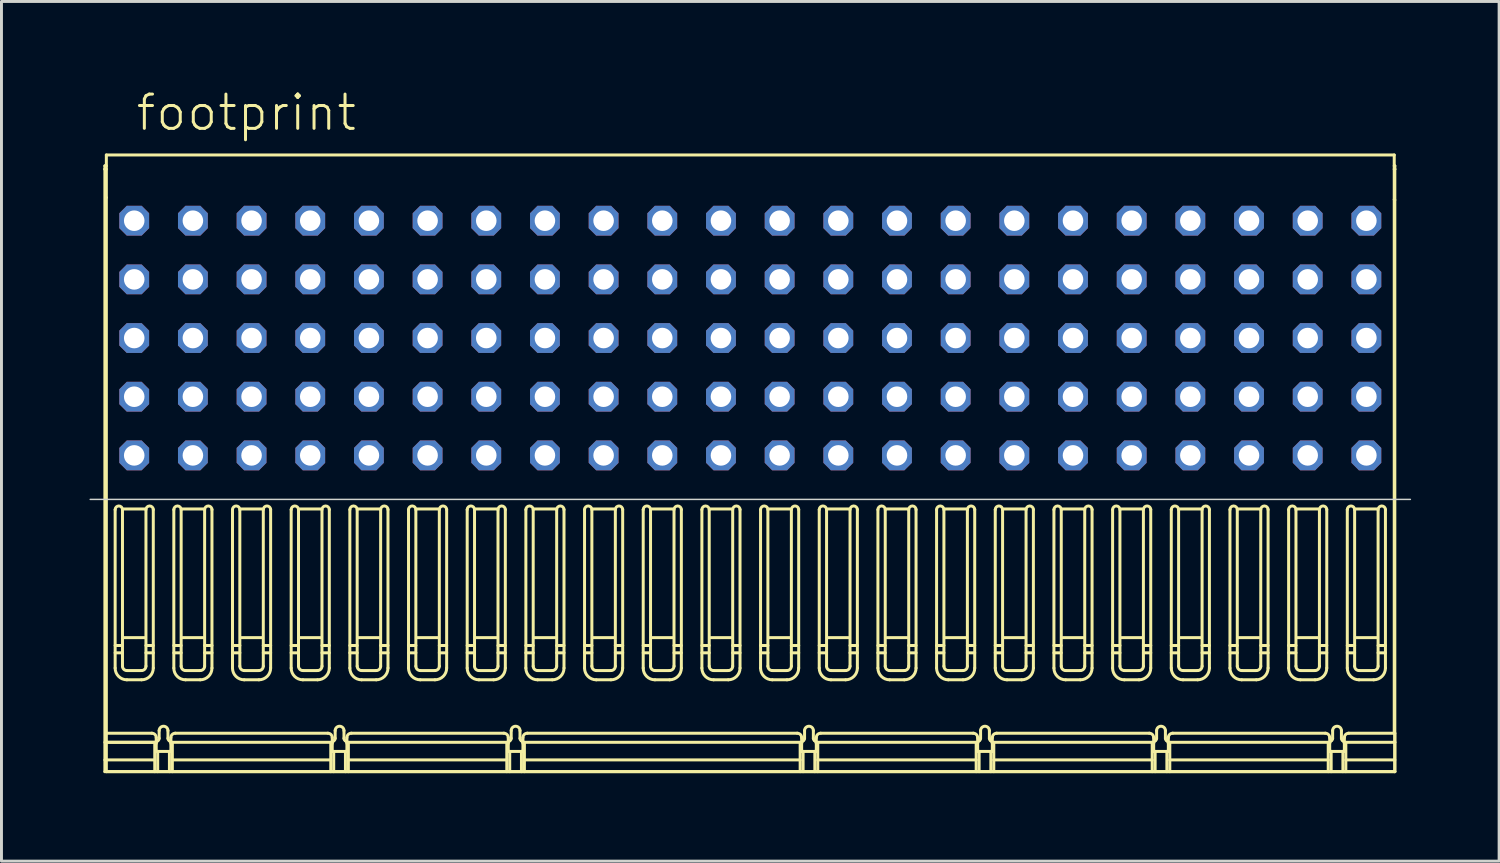
<source format=kicad_pcb>
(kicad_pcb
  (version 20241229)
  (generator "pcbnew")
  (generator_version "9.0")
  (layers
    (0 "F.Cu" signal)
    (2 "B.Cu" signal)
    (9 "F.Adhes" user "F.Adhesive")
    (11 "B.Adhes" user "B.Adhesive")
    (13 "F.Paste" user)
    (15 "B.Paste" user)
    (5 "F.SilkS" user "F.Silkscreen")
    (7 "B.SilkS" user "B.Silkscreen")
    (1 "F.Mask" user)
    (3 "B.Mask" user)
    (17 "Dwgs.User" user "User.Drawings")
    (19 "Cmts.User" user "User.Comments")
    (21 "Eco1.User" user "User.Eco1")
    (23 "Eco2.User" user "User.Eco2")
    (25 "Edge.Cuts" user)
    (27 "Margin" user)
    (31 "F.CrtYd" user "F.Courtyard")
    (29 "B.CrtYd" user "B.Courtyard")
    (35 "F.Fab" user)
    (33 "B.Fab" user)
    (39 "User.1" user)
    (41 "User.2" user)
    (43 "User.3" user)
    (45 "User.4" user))
  (footprint "footprint"
    (layer "F.Cu")
    (at 22.525 12.473)
    (property "Reference" "footprint" (at -21 -11 0) (layer "F.SilkS") (effects (font (size 1.168 1.168) (thickness 0.102)) (justify left bottom)))
    (fp_line (start -22 -9.87) (end -21.95 -9.87) (stroke (width 0.102) (type solid)) (layer "F.SilkS"))
    (fp_line (start -22 -9.756) (end -22 -9.87) (stroke (width 0.102) (type solid)) (layer "F.SilkS"))
    (fp_line (start -22 9.78) (end -20.3 9.78) (stroke (width 0.102) (type solid)) (layer "F.SilkS"))
    (fp_line (start -22 10.38) (end -20.3 10.38) (stroke (width 0.102) (type solid)) (layer "F.SilkS"))
    (fp_line (start -22 10.78) (end -22 -9.756) (stroke (width 0.102) (type solid)) (layer "F.SilkS"))
    (fp_line (start -21.95 -10.24) (end -21.95 9.47) (stroke (width 0.102) (type solid)) (layer "F.SilkS"))
    (fp_line (start -21.95 -9.756) (end -22 -9.756) (stroke (width 0.102) (type solid)) (layer "F.SilkS"))
    (fp_line (start -21.95 -8.789) (end -21.973 -8.77) (stroke (width 0.102) (type solid)) (layer "F.SilkS"))
    (fp_line (start -21.95 9.47) (end -20.4 9.47) (stroke (width 0.102) (type solid)) (layer "F.SilkS"))
    (fp_line (start -21.95 9.78) (end -20.3 9.78) (stroke (width 0.102) (type solid)) (layer "F.SilkS"))
    (fp_line (start -21.95 10.78) (end -21.95 9.47) (stroke (width 0.102) (type solid)) (layer "F.SilkS"))
    (fp_line (start -21.65 1.849) (end -21.65 7.249) (stroke (width 0.102) (type solid)) (layer "F.SilkS"))
    (fp_line (start -21.65 6.73) (end -21.4 6.73) (stroke (width 0.102) (type solid)) (layer "F.SilkS"))
    (fp_line (start -21.4 6.48) (end -21.65 6.48) (stroke (width 0.102) (type solid)) (layer "F.SilkS"))
    (fp_line (start -21.4 7.184) (end -21.4 1.849) (stroke (width 0.102) (type solid)) (layer "F.SilkS"))
    (fp_line (start -21.35 1.826) (end -20.65 1.826) (stroke (width 0.102) (type solid)) (layer "F.SilkS"))
    (fp_line (start -21.25 7.649) (end -20.75 7.649) (stroke (width 0.102) (type solid)) (layer "F.SilkS"))
    (fp_line (start -20.75 7.334) (end -21.25 7.334) (stroke (width 0.102) (type solid)) (layer "F.SilkS"))
    (fp_line (start -20.65 6.212) (end -21.35 6.212) (stroke (width 0.102) (type solid)) (layer "F.SilkS"))
    (fp_line (start -20.6 1.849) (end -20.6 7.184) (stroke (width 0.102) (type solid)) (layer "F.SilkS"))
    (fp_line (start -20.6 6.73) (end -20.35 6.73) (stroke (width 0.102) (type solid)) (layer "F.SilkS"))
    (fp_line (start -20.35 6.48) (end -20.6 6.48) (stroke (width 0.102) (type solid)) (layer "F.SilkS"))
    (fp_line (start -20.35 7.249) (end -20.35 1.849) (stroke (width 0.102) (type solid)) (layer "F.SilkS"))
    (fp_line (start -20.3 9.78) (end -20.3 10.78) (stroke (width 0.102) (type solid)) (layer "F.SilkS"))
    (fp_line (start -20.25 9.62) (end -20.25 10.09) (stroke (width 0.102) (type solid)) (layer "F.SilkS"))
    (fp_line (start -20.25 10.09) (end -20.2 10.09) (stroke (width 0.102) (type solid)) (layer "F.SilkS"))
    (fp_line (start -20.25 10.09) (end -19.75 10.09) (stroke (width 0.102) (type solid)) (layer "F.SilkS"))
    (fp_line (start -20.2 10.09) (end -20.2 10.78) (stroke (width 0.102) (type solid)) (layer "F.SilkS"))
    (fp_line (start -20.15 9.382) (end -20.15 9.644) (stroke (width 0.102) (type solid)) (layer "F.SilkS"))
    (fp_line (start -19.85 9.644) (end -19.85 9.382) (stroke (width 0.102) (type solid)) (layer "F.SilkS"))
    (fp_line (start -19.8 10.09) (end -19.8 10.78) (stroke (width 0.102) (type solid)) (layer "F.SilkS"))
    (fp_line (start -19.75 10.09) (end -19.8 10.09) (stroke (width 0.102) (type solid)) (layer "F.SilkS"))
    (fp_line (start -19.75 10.09) (end -19.75 9.62) (stroke (width 0.102) (type solid)) (layer "F.SilkS"))
    (fp_line (start -19.7 9.78) (end -19.7 10.78) (stroke (width 0.102) (type solid)) (layer "F.SilkS"))
    (fp_line (start -19.7 9.78) (end -14.3 9.78) (stroke (width 0.102) (type solid)) (layer "F.SilkS"))
    (fp_line (start -19.7 10.38) (end -14.3 10.38) (stroke (width 0.102) (type solid)) (layer "F.SilkS"))
    (fp_line (start -19.65 1.849) (end -19.65 7.249) (stroke (width 0.102) (type solid)) (layer "F.SilkS"))
    (fp_line (start -19.65 6.73) (end -19.4 6.73) (stroke (width 0.102) (type solid)) (layer "F.SilkS"))
    (fp_line (start -19.6 9.47) (end -14.4 9.47) (stroke (width 0.102) (type solid)) (layer "F.SilkS"))
    (fp_line (start -19.4 6.48) (end -19.65 6.48) (stroke (width 0.102) (type solid)) (layer "F.SilkS"))
    (fp_line (start -19.4 7.184) (end -19.4 1.849) (stroke (width 0.102) (type solid)) (layer "F.SilkS"))
    (fp_line (start -19.35 1.826) (end -18.65 1.826) (stroke (width 0.102) (type solid)) (layer "F.SilkS"))
    (fp_line (start -19.25 7.649) (end -18.75 7.649) (stroke (width 0.102) (type solid)) (layer "F.SilkS"))
    (fp_line (start -18.75 7.334) (end -19.25 7.334) (stroke (width 0.102) (type solid)) (layer "F.SilkS"))
    (fp_line (start -18.65 6.212) (end -19.35 6.212) (stroke (width 0.102) (type solid)) (layer "F.SilkS"))
    (fp_line (start -18.6 1.849) (end -18.6 7.184) (stroke (width 0.102) (type solid)) (layer "F.SilkS"))
    (fp_line (start -18.6 6.73) (end -18.35 6.73) (stroke (width 0.102) (type solid)) (layer "F.SilkS"))
    (fp_line (start -18.35 6.48) (end -18.6 6.48) (stroke (width 0.102) (type solid)) (layer "F.SilkS"))
    (fp_line (start -18.35 7.249) (end -18.35 1.849) (stroke (width 0.102) (type solid)) (layer "F.SilkS"))
    (fp_line (start -17.65 1.849) (end -17.65 7.249) (stroke (width 0.102) (type solid)) (layer "F.SilkS"))
    (fp_line (start -17.65 6.73) (end -17.4 6.73) (stroke (width 0.102) (type solid)) (layer "F.SilkS"))
    (fp_line (start -17.4 6.48) (end -17.65 6.48) (stroke (width 0.102) (type solid)) (layer "F.SilkS"))
    (fp_line (start -17.4 7.184) (end -17.4 1.849) (stroke (width 0.102) (type solid)) (layer "F.SilkS"))
    (fp_line (start -17.35 1.826) (end -16.65 1.826) (stroke (width 0.102) (type solid)) (layer "F.SilkS"))
    (fp_line (start -17.25 7.649) (end -16.75 7.649) (stroke (width 0.102) (type solid)) (layer "F.SilkS"))
    (fp_line (start -16.75 7.334) (end -17.25 7.334) (stroke (width 0.102) (type solid)) (layer "F.SilkS"))
    (fp_line (start -16.65 6.212) (end -17.35 6.212) (stroke (width 0.102) (type solid)) (layer "F.SilkS"))
    (fp_line (start -16.6 1.849) (end -16.6 7.184) (stroke (width 0.102) (type solid)) (layer "F.SilkS"))
    (fp_line (start -16.6 6.73) (end -16.35 6.73) (stroke (width 0.102) (type solid)) (layer "F.SilkS"))
    (fp_line (start -16.35 6.48) (end -16.6 6.48) (stroke (width 0.102) (type solid)) (layer "F.SilkS"))
    (fp_line (start -16.35 7.249) (end -16.35 1.849) (stroke (width 0.102) (type solid)) (layer "F.SilkS"))
    (fp_line (start -15.65 1.849) (end -15.65 7.249) (stroke (width 0.102) (type solid)) (layer "F.SilkS"))
    (fp_line (start -15.65 6.73) (end -15.4 6.73) (stroke (width 0.102) (type solid)) (layer "F.SilkS"))
    (fp_line (start -15.4 6.48) (end -15.65 6.48) (stroke (width 0.102) (type solid)) (layer "F.SilkS"))
    (fp_line (start -15.4 7.184) (end -15.4 1.849) (stroke (width 0.102) (type solid)) (layer "F.SilkS"))
    (fp_line (start -15.35 1.826) (end -14.65 1.826) (stroke (width 0.102) (type solid)) (layer "F.SilkS"))
    (fp_line (start -15.25 7.649) (end -14.75 7.649) (stroke (width 0.102) (type solid)) (layer "F.SilkS"))
    (fp_line (start -14.75 7.334) (end -15.25 7.334) (stroke (width 0.102) (type solid)) (layer "F.SilkS"))
    (fp_line (start -14.65 6.212) (end -15.35 6.212) (stroke (width 0.102) (type solid)) (layer "F.SilkS"))
    (fp_line (start -14.6 1.849) (end -14.6 7.184) (stroke (width 0.102) (type solid)) (layer "F.SilkS"))
    (fp_line (start -14.6 6.73) (end -14.35 6.73) (stroke (width 0.102) (type solid)) (layer "F.SilkS"))
    (fp_line (start -14.35 6.48) (end -14.6 6.48) (stroke (width 0.102) (type solid)) (layer "F.SilkS"))
    (fp_line (start -14.35 7.249) (end -14.35 1.849) (stroke (width 0.102) (type solid)) (layer "F.SilkS"))
    (fp_line (start -14.3 9.78) (end -14.3 10.78) (stroke (width 0.102) (type solid)) (layer "F.SilkS"))
    (fp_line (start -14.25 9.62) (end -14.25 10.09) (stroke (width 0.102) (type solid)) (layer "F.SilkS"))
    (fp_line (start -14.25 10.09) (end -14.2 10.09) (stroke (width 0.102) (type solid)) (layer "F.SilkS"))
    (fp_line (start -14.25 10.09) (end -13.75 10.09) (stroke (width 0.102) (type solid)) (layer "F.SilkS"))
    (fp_line (start -14.2 10.09) (end -14.2 10.78) (stroke (width 0.102) (type solid)) (layer "F.SilkS"))
    (fp_line (start -14.15 9.382) (end -14.15 9.644) (stroke (width 0.102) (type solid)) (layer "F.SilkS"))
    (fp_line (start -13.85 9.644) (end -13.85 9.382) (stroke (width 0.102) (type solid)) (layer "F.SilkS"))
    (fp_line (start -13.8 10.09) (end -13.8 10.78) (stroke (width 0.102) (type solid)) (layer "F.SilkS"))
    (fp_line (start -13.75 10.09) (end -13.8 10.09) (stroke (width 0.102) (type solid)) (layer "F.SilkS"))
    (fp_line (start -13.75 10.09) (end -13.75 9.62) (stroke (width 0.102) (type solid)) (layer "F.SilkS"))
    (fp_line (start -13.7 9.78) (end -13.7 10.78) (stroke (width 0.102) (type solid)) (layer "F.SilkS"))
    (fp_line (start -13.7 9.78) (end -8.3 9.78) (stroke (width 0.102) (type solid)) (layer "F.SilkS"))
    (fp_line (start -13.7 10.38) (end -8.3 10.38) (stroke (width 0.102) (type solid)) (layer "F.SilkS"))
    (fp_line (start -13.65 1.849) (end -13.65 7.249) (stroke (width 0.102) (type solid)) (layer "F.SilkS"))
    (fp_line (start -13.65 6.73) (end -13.4 6.73) (stroke (width 0.102) (type solid)) (layer "F.SilkS"))
    (fp_line (start -13.6 9.47) (end -8.4 9.47) (stroke (width 0.102) (type solid)) (layer "F.SilkS"))
    (fp_line (start -13.4 6.48) (end -13.65 6.48) (stroke (width 0.102) (type solid)) (layer "F.SilkS"))
    (fp_line (start -13.4 7.184) (end -13.4 1.849) (stroke (width 0.102) (type solid)) (layer "F.SilkS"))
    (fp_line (start -13.35 1.826) (end -12.65 1.826) (stroke (width 0.102) (type solid)) (layer "F.SilkS"))
    (fp_line (start -13.25 7.649) (end -12.75 7.649) (stroke (width 0.102) (type solid)) (layer "F.SilkS"))
    (fp_line (start -12.75 7.334) (end -13.25 7.334) (stroke (width 0.102) (type solid)) (layer "F.SilkS"))
    (fp_line (start -12.65 6.212) (end -13.35 6.212) (stroke (width 0.102) (type solid)) (layer "F.SilkS"))
    (fp_line (start -12.6 1.849) (end -12.6 7.184) (stroke (width 0.102) (type solid)) (layer "F.SilkS"))
    (fp_line (start -12.6 6.73) (end -12.35 6.73) (stroke (width 0.102) (type solid)) (layer "F.SilkS"))
    (fp_line (start -12.35 6.48) (end -12.6 6.48) (stroke (width 0.102) (type solid)) (layer "F.SilkS"))
    (fp_line (start -12.35 7.249) (end -12.35 1.849) (stroke (width 0.102) (type solid)) (layer "F.SilkS"))
    (fp_line (start -11.65 1.849) (end -11.65 7.249) (stroke (width 0.102) (type solid)) (layer "F.SilkS"))
    (fp_line (start -11.65 6.73) (end -11.4 6.73) (stroke (width 0.102) (type solid)) (layer "F.SilkS"))
    (fp_line (start -11.4 6.48) (end -11.65 6.48) (stroke (width 0.102) (type solid)) (layer "F.SilkS"))
    (fp_line (start -11.4 7.184) (end -11.4 1.849) (stroke (width 0.102) (type solid)) (layer "F.SilkS"))
    (fp_line (start -11.35 1.826) (end -10.65 1.826) (stroke (width 0.102) (type solid)) (layer "F.SilkS"))
    (fp_line (start -11.25 7.649) (end -10.75 7.649) (stroke (width 0.102) (type solid)) (layer "F.SilkS"))
    (fp_line (start -10.75 7.334) (end -11.25 7.334) (stroke (width 0.102) (type solid)) (layer "F.SilkS"))
    (fp_line (start -10.65 6.212) (end -11.35 6.212) (stroke (width 0.102) (type solid)) (layer "F.SilkS"))
    (fp_line (start -10.6 1.849) (end -10.6 7.184) (stroke (width 0.102) (type solid)) (layer "F.SilkS"))
    (fp_line (start -10.6 6.73) (end -10.35 6.73) (stroke (width 0.102) (type solid)) (layer "F.SilkS"))
    (fp_line (start -10.35 6.48) (end -10.6 6.48) (stroke (width 0.102) (type solid)) (layer "F.SilkS"))
    (fp_line (start -10.35 7.249) (end -10.35 1.849) (stroke (width 0.102) (type solid)) (layer "F.SilkS"))
    (fp_line (start -9.65 1.849) (end -9.65 7.249) (stroke (width 0.102) (type solid)) (layer "F.SilkS"))
    (fp_line (start -9.65 6.73) (end -9.4 6.73) (stroke (width 0.102) (type solid)) (layer "F.SilkS"))
    (fp_line (start -9.4 6.48) (end -9.65 6.48) (stroke (width 0.102) (type solid)) (layer "F.SilkS"))
    (fp_line (start -9.4 7.184) (end -9.4 1.849) (stroke (width 0.102) (type solid)) (layer "F.SilkS"))
    (fp_line (start -9.35 1.826) (end -8.65 1.826) (stroke (width 0.102) (type solid)) (layer "F.SilkS"))
    (fp_line (start -9.25 7.649) (end -8.75 7.649) (stroke (width 0.102) (type solid)) (layer "F.SilkS"))
    (fp_line (start -8.75 7.334) (end -9.25 7.334) (stroke (width 0.102) (type solid)) (layer "F.SilkS"))
    (fp_line (start -8.65 6.212) (end -9.35 6.212) (stroke (width 0.102) (type solid)) (layer "F.SilkS"))
    (fp_line (start -8.6 1.849) (end -8.6 7.184) (stroke (width 0.102) (type solid)) (layer "F.SilkS"))
    (fp_line (start -8.6 6.73) (end -8.35 6.73) (stroke (width 0.102) (type solid)) (layer "F.SilkS"))
    (fp_line (start -8.35 6.48) (end -8.6 6.48) (stroke (width 0.102) (type solid)) (layer "F.SilkS"))
    (fp_line (start -8.35 7.249) (end -8.35 1.849) (stroke (width 0.102) (type solid)) (layer "F.SilkS"))
    (fp_line (start -8.3 10.78) (end -8.3 9.78) (stroke (width 0.102) (type solid)) (layer "F.SilkS"))
    (fp_line (start -8.25 9.62) (end -8.25 10.09) (stroke (width 0.102) (type solid)) (layer "F.SilkS"))
    (fp_line (start -8.25 10.09) (end -8.2 10.09) (stroke (width 0.102) (type solid)) (layer "F.SilkS"))
    (fp_line (start -8.25 10.09) (end -7.75 10.09) (stroke (width 0.102) (type solid)) (layer "F.SilkS"))
    (fp_line (start -8.2 10.09) (end -8.2 10.78) (stroke (width 0.102) (type solid)) (layer "F.SilkS"))
    (fp_line (start -8.15 9.382) (end -8.15 9.644) (stroke (width 0.102) (type solid)) (layer "F.SilkS"))
    (fp_line (start -7.85 9.644) (end -7.85 9.382) (stroke (width 0.102) (type solid)) (layer "F.SilkS"))
    (fp_line (start -7.8 10.09) (end -7.8 10.78) (stroke (width 0.102) (type solid)) (layer "F.SilkS"))
    (fp_line (start -7.75 10.09) (end -7.8 10.09) (stroke (width 0.102) (type solid)) (layer "F.SilkS"))
    (fp_line (start -7.75 10.09) (end -7.75 9.62) (stroke (width 0.102) (type solid)) (layer "F.SilkS"))
    (fp_line (start -7.7 10.78) (end -7.7 9.78) (stroke (width 0.102) (type solid)) (layer "F.SilkS"))
    (fp_line (start -7.65 1.849) (end -7.65 7.249) (stroke (width 0.102) (type solid)) (layer "F.SilkS"))
    (fp_line (start -7.65 6.73) (end -7.4 6.73) (stroke (width 0.102) (type solid)) (layer "F.SilkS"))
    (fp_line (start -7.6 9.47) (end 1.6 9.47) (stroke (width 0.102) (type solid)) (layer "F.SilkS"))
    (fp_line (start -7.4 6.48) (end -7.65 6.48) (stroke (width 0.102) (type solid)) (layer "F.SilkS"))
    (fp_line (start -7.4 7.184) (end -7.4 1.849) (stroke (width 0.102) (type solid)) (layer "F.SilkS"))
    (fp_line (start -7.35 1.826) (end -6.65 1.826) (stroke (width 0.102) (type solid)) (layer "F.SilkS"))
    (fp_line (start -7.25 7.649) (end -6.75 7.649) (stroke (width 0.102) (type solid)) (layer "F.SilkS"))
    (fp_line (start -6.75 7.334) (end -7.25 7.334) (stroke (width 0.102) (type solid)) (layer "F.SilkS"))
    (fp_line (start -6.65 6.212) (end -7.35 6.212) (stroke (width 0.102) (type solid)) (layer "F.SilkS"))
    (fp_line (start -6.6 1.849) (end -6.6 7.184) (stroke (width 0.102) (type solid)) (layer "F.SilkS"))
    (fp_line (start -6.6 6.73) (end -6.35 6.73) (stroke (width 0.102) (type solid)) (layer "F.SilkS"))
    (fp_line (start -6.35 6.48) (end -6.6 6.48) (stroke (width 0.102) (type solid)) (layer "F.SilkS"))
    (fp_line (start -6.35 7.249) (end -6.35 1.849) (stroke (width 0.102) (type solid)) (layer "F.SilkS"))
    (fp_line (start -5.65 1.849) (end -5.65 7.249) (stroke (width 0.102) (type solid)) (layer "F.SilkS"))
    (fp_line (start -5.65 6.73) (end -5.4 6.73) (stroke (width 0.102) (type solid)) (layer "F.SilkS"))
    (fp_line (start -5.4 6.48) (end -5.65 6.48) (stroke (width 0.102) (type solid)) (layer "F.SilkS"))
    (fp_line (start -5.4 7.184) (end -5.4 1.849) (stroke (width 0.102) (type solid)) (layer "F.SilkS"))
    (fp_line (start -5.35 1.826) (end -4.65 1.826) (stroke (width 0.102) (type solid)) (layer "F.SilkS"))
    (fp_line (start -5.25 7.649) (end -4.75 7.649) (stroke (width 0.102) (type solid)) (layer "F.SilkS"))
    (fp_line (start -4.75 7.334) (end -5.25 7.334) (stroke (width 0.102) (type solid)) (layer "F.SilkS"))
    (fp_line (start -4.65 6.212) (end -5.35 6.212) (stroke (width 0.102) (type solid)) (layer "F.SilkS"))
    (fp_line (start -4.6 1.849) (end -4.6 7.184) (stroke (width 0.102) (type solid)) (layer "F.SilkS"))
    (fp_line (start -4.6 6.73) (end -4.35 6.73) (stroke (width 0.102) (type solid)) (layer "F.SilkS"))
    (fp_line (start -4.35 6.48) (end -4.6 6.48) (stroke (width 0.102) (type solid)) (layer "F.SilkS"))
    (fp_line (start -4.35 7.249) (end -4.35 1.849) (stroke (width 0.102) (type solid)) (layer "F.SilkS"))
    (fp_line (start -3.65 1.849) (end -3.65 7.249) (stroke (width 0.102) (type solid)) (layer "F.SilkS"))
    (fp_line (start -3.65 6.48) (end -3.4 6.48) (stroke (width 0.102) (type solid)) (layer "F.SilkS"))
    (fp_line (start -3.4 6.73) (end -3.65 6.73) (stroke (width 0.102) (type solid)) (layer "F.SilkS"))
    (fp_line (start -3.4 7.184) (end -3.4 1.849) (stroke (width 0.102) (type solid)) (layer "F.SilkS"))
    (fp_line (start -3.35 1.826) (end -2.65 1.826) (stroke (width 0.102) (type solid)) (layer "F.SilkS"))
    (fp_line (start -3.25 7.649) (end -2.75 7.649) (stroke (width 0.102) (type solid)) (layer "F.SilkS"))
    (fp_line (start -2.75 7.334) (end -3.25 7.334) (stroke (width 0.102) (type solid)) (layer "F.SilkS"))
    (fp_line (start -2.65 6.212) (end -3.35 6.212) (stroke (width 0.102) (type solid)) (layer "F.SilkS"))
    (fp_line (start -2.6 1.849) (end -2.6 7.184) (stroke (width 0.102) (type solid)) (layer "F.SilkS"))
    (fp_line (start -2.6 6.48) (end -2.35 6.48) (stroke (width 0.102) (type solid)) (layer "F.SilkS"))
    (fp_line (start -2.35 6.73) (end -2.6 6.73) (stroke (width 0.102) (type solid)) (layer "F.SilkS"))
    (fp_line (start -2.35 7.249) (end -2.35 1.849) (stroke (width 0.102) (type solid)) (layer "F.SilkS"))
    (fp_line (start -1.65 1.849) (end -1.65 7.249) (stroke (width 0.102) (type solid)) (layer "F.SilkS"))
    (fp_line (start -1.65 6.48) (end -1.4 6.48) (stroke (width 0.102) (type solid)) (layer "F.SilkS"))
    (fp_line (start -1.4 6.73) (end -1.65 6.73) (stroke (width 0.102) (type solid)) (layer "F.SilkS"))
    (fp_line (start -1.4 7.184) (end -1.4 1.849) (stroke (width 0.102) (type solid)) (layer "F.SilkS"))
    (fp_line (start -1.35 1.826) (end -0.65 1.826) (stroke (width 0.102) (type solid)) (layer "F.SilkS"))
    (fp_line (start -1.25 7.649) (end -0.75 7.649) (stroke (width 0.102) (type solid)) (layer "F.SilkS"))
    (fp_line (start -0.75 7.334) (end -1.25 7.334) (stroke (width 0.102) (type solid)) (layer "F.SilkS"))
    (fp_line (start -0.65 6.212) (end -1.35 6.212) (stroke (width 0.102) (type solid)) (layer "F.SilkS"))
    (fp_line (start -0.6 1.849) (end -0.6 7.184) (stroke (width 0.102) (type solid)) (layer "F.SilkS"))
    (fp_line (start -0.6 6.48) (end -0.35 6.48) (stroke (width 0.102) (type solid)) (layer "F.SilkS"))
    (fp_line (start -0.35 6.73) (end -0.6 6.73) (stroke (width 0.102) (type solid)) (layer "F.SilkS"))
    (fp_line (start -0.35 7.249) (end -0.35 1.849) (stroke (width 0.102) (type solid)) (layer "F.SilkS"))
    (fp_line (start 0.35 1.849) (end 0.35 7.249) (stroke (width 0.102) (type solid)) (layer "F.SilkS"))
    (fp_line (start 0.35 6.48) (end 0.6 6.48) (stroke (width 0.102) (type solid)) (layer "F.SilkS"))
    (fp_line (start 0.6 6.73) (end 0.35 6.73) (stroke (width 0.102) (type solid)) (layer "F.SilkS"))
    (fp_line (start 0.6 7.184) (end 0.6 1.849) (stroke (width 0.102) (type solid)) (layer "F.SilkS"))
    (fp_line (start 0.65 1.826) (end 1.35 1.826) (stroke (width 0.102) (type solid)) (layer "F.SilkS"))
    (fp_line (start 0.75 7.649) (end 1.25 7.649) (stroke (width 0.102) (type solid)) (layer "F.SilkS"))
    (fp_line (start 1.25 7.334) (end 0.75 7.334) (stroke (width 0.102) (type solid)) (layer "F.SilkS"))
    (fp_line (start 1.35 6.212) (end 0.65 6.212) (stroke (width 0.102) (type solid)) (layer "F.SilkS"))
    (fp_line (start 1.4 1.849) (end 1.4 7.184) (stroke (width 0.102) (type solid)) (layer "F.SilkS"))
    (fp_line (start 1.4 6.48) (end 1.65 6.48) (stroke (width 0.102) (type solid)) (layer "F.SilkS"))
    (fp_line (start 1.65 6.73) (end 1.4 6.73) (stroke (width 0.102) (type solid)) (layer "F.SilkS"))
    (fp_line (start 1.65 7.249) (end 1.65 1.849) (stroke (width 0.102) (type solid)) (layer "F.SilkS"))
    (fp_line (start 1.7 9.78) (end -7.7 9.78) (stroke (width 0.102) (type solid)) (layer "F.SilkS"))
    (fp_line (start 1.7 10.38) (end -7.7 10.38) (stroke (width 0.102) (type solid)) (layer "F.SilkS"))
    (fp_line (start 1.7 10.78) (end 1.7 9.78) (stroke (width 0.102) (type solid)) (layer "F.SilkS"))
    (fp_line (start 1.75 10.09) (end 1.8 10.09) (stroke (width 0.102) (type solid)) (layer "F.SilkS"))
    (fp_line (start 1.75 9.62) (end 1.75 10.09) (stroke (width 0.102) (type solid)) (layer "F.SilkS"))
    (fp_line (start 1.75 10.09) (end 2.25 10.09) (stroke (width 0.102) (type solid)) (layer "F.SilkS"))
    (fp_line (start 1.8 10.09) (end 1.8 10.78) (stroke (width 0.102) (type solid)) (layer "F.SilkS"))
    (fp_line (start 1.85 9.644) (end 1.85 9.382) (stroke (width 0.102) (type solid)) (layer "F.SilkS"))
    (fp_line (start 2.15 9.382) (end 2.15 9.644) (stroke (width 0.102) (type solid)) (layer "F.SilkS"))
    (fp_line (start 2.2 10.09) (end 2.2 10.78) (stroke (width 0.102) (type solid)) (layer "F.SilkS"))
    (fp_line (start 2.25 10.09) (end 2.2 10.09) (stroke (width 0.102) (type solid)) (layer "F.SilkS"))
    (fp_line (start 2.25 10.09) (end 2.25 9.62) (stroke (width 0.102) (type solid)) (layer "F.SilkS"))
    (fp_line (start 2.3 10.78) (end 2.3 9.78) (stroke (width 0.102) (type solid)) (layer "F.SilkS"))
    (fp_line (start 2.35 1.849) (end 2.35 7.249) (stroke (width 0.102) (type solid)) (layer "F.SilkS"))
    (fp_line (start 2.35 6.48) (end 2.6 6.48) (stroke (width 0.102) (type solid)) (layer "F.SilkS"))
    (fp_line (start 2.4 9.47) (end 7.6 9.47) (stroke (width 0.102) (type solid)) (layer "F.SilkS"))
    (fp_line (start 2.6 6.73) (end 2.35 6.73) (stroke (width 0.102) (type solid)) (layer "F.SilkS"))
    (fp_line (start 2.6 7.184) (end 2.6 1.849) (stroke (width 0.102) (type solid)) (layer "F.SilkS"))
    (fp_line (start 2.65 1.826) (end 3.35 1.826) (stroke (width 0.102) (type solid)) (layer "F.SilkS"))
    (fp_line (start 2.75 7.649) (end 3.25 7.649) (stroke (width 0.102) (type solid)) (layer "F.SilkS"))
    (fp_line (start 3.25 7.334) (end 2.75 7.334) (stroke (width 0.102) (type solid)) (layer "F.SilkS"))
    (fp_line (start 3.35 6.212) (end 2.65 6.212) (stroke (width 0.102) (type solid)) (layer "F.SilkS"))
    (fp_line (start 3.4 1.849) (end 3.4 7.184) (stroke (width 0.102) (type solid)) (layer "F.SilkS"))
    (fp_line (start 3.4 6.48) (end 3.65 6.48) (stroke (width 0.102) (type solid)) (layer "F.SilkS"))
    (fp_line (start 3.65 6.73) (end 3.4 6.73) (stroke (width 0.102) (type solid)) (layer "F.SilkS"))
    (fp_line (start 3.65 7.249) (end 3.65 1.849) (stroke (width 0.102) (type solid)) (layer "F.SilkS"))
    (fp_line (start 4.35 1.849) (end 4.35 7.249) (stroke (width 0.102) (type solid)) (layer "F.SilkS"))
    (fp_line (start 4.35 6.48) (end 4.6 6.48) (stroke (width 0.102) (type solid)) (layer "F.SilkS"))
    (fp_line (start 4.6 6.73) (end 4.35 6.73) (stroke (width 0.102) (type solid)) (layer "F.SilkS"))
    (fp_line (start 4.6 7.184) (end 4.6 1.849) (stroke (width 0.102) (type solid)) (layer "F.SilkS"))
    (fp_line (start 4.65 1.826) (end 5.35 1.826) (stroke (width 0.102) (type solid)) (layer "F.SilkS"))
    (fp_line (start 4.75 7.649) (end 5.25 7.649) (stroke (width 0.102) (type solid)) (layer "F.SilkS"))
    (fp_line (start 5.25 7.334) (end 4.75 7.334) (stroke (width 0.102) (type solid)) (layer "F.SilkS"))
    (fp_line (start 5.35 6.212) (end 4.65 6.212) (stroke (width 0.102) (type solid)) (layer "F.SilkS"))
    (fp_line (start 5.4 1.849) (end 5.4 7.184) (stroke (width 0.102) (type solid)) (layer "F.SilkS"))
    (fp_line (start 5.4 6.48) (end 5.65 6.48) (stroke (width 0.102) (type solid)) (layer "F.SilkS"))
    (fp_line (start 5.65 6.73) (end 5.4 6.73) (stroke (width 0.102) (type solid)) (layer "F.SilkS"))
    (fp_line (start 5.65 7.249) (end 5.65 1.849) (stroke (width 0.102) (type solid)) (layer "F.SilkS"))
    (fp_line (start 6.35 1.849) (end 6.35 7.249) (stroke (width 0.102) (type solid)) (layer "F.SilkS"))
    (fp_line (start 6.35 6.48) (end 6.6 6.48) (stroke (width 0.102) (type solid)) (layer "F.SilkS"))
    (fp_line (start 6.6 6.73) (end 6.35 6.73) (stroke (width 0.102) (type solid)) (layer "F.SilkS"))
    (fp_line (start 6.6 7.184) (end 6.6 1.849) (stroke (width 0.102) (type solid)) (layer "F.SilkS"))
    (fp_line (start 6.65 1.826) (end 7.35 1.826) (stroke (width 0.102) (type solid)) (layer "F.SilkS"))
    (fp_line (start 6.75 7.649) (end 7.25 7.649) (stroke (width 0.102) (type solid)) (layer "F.SilkS"))
    (fp_line (start 7.25 7.334) (end 6.75 7.334) (stroke (width 0.102) (type solid)) (layer "F.SilkS"))
    (fp_line (start 7.35 6.212) (end 6.65 6.212) (stroke (width 0.102) (type solid)) (layer "F.SilkS"))
    (fp_line (start 7.4 1.849) (end 7.4 7.184) (stroke (width 0.102) (type solid)) (layer "F.SilkS"))
    (fp_line (start 7.4 6.48) (end 7.65 6.48) (stroke (width 0.102) (type solid)) (layer "F.SilkS"))
    (fp_line (start 7.65 6.73) (end 7.4 6.73) (stroke (width 0.102) (type solid)) (layer "F.SilkS"))
    (fp_line (start 7.65 7.249) (end 7.65 1.849) (stroke (width 0.102) (type solid)) (layer "F.SilkS"))
    (fp_line (start 7.7 9.78) (end 2.3 9.78) (stroke (width 0.102) (type solid)) (layer "F.SilkS"))
    (fp_line (start 7.7 9.78) (end 7.7 10.78) (stroke (width 0.102) (type solid)) (layer "F.SilkS"))
    (fp_line (start 7.7 10.38) (end 2.3 10.38) (stroke (width 0.102) (type solid)) (layer "F.SilkS"))
    (fp_line (start 7.75 10.09) (end 7.8 10.09) (stroke (width 0.102) (type solid)) (layer "F.SilkS"))
    (fp_line (start 7.75 9.62) (end 7.75 10.09) (stroke (width 0.102) (type solid)) (layer "F.SilkS"))
    (fp_line (start 7.75 10.09) (end 8.25 10.09) (stroke (width 0.102) (type solid)) (layer "F.SilkS"))
    (fp_line (start 7.8 10.09) (end 7.8 10.78) (stroke (width 0.102) (type solid)) (layer "F.SilkS"))
    (fp_line (start 7.85 9.644) (end 7.85 9.382) (stroke (width 0.102) (type solid)) (layer "F.SilkS"))
    (fp_line (start 8.15 9.382) (end 8.15 9.644) (stroke (width 0.102) (type solid)) (layer "F.SilkS"))
    (fp_line (start 8.2 10.09) (end 8.2 10.78) (stroke (width 0.102) (type solid)) (layer "F.SilkS"))
    (fp_line (start 8.25 10.09) (end 8.2 10.09) (stroke (width 0.102) (type solid)) (layer "F.SilkS"))
    (fp_line (start 8.25 10.09) (end 8.25 9.62) (stroke (width 0.102) (type solid)) (layer "F.SilkS"))
    (fp_line (start 8.3 9.78) (end 8.3 10.78) (stroke (width 0.102) (type solid)) (layer "F.SilkS"))
    (fp_line (start 8.35 1.849) (end 8.35 7.249) (stroke (width 0.102) (type solid)) (layer "F.SilkS"))
    (fp_line (start 8.35 6.48) (end 8.6 6.48) (stroke (width 0.102) (type solid)) (layer "F.SilkS"))
    (fp_line (start 8.4 9.47) (end 13.6 9.47) (stroke (width 0.102) (type solid)) (layer "F.SilkS"))
    (fp_line (start 8.6 6.73) (end 8.35 6.73) (stroke (width 0.102) (type solid)) (layer "F.SilkS"))
    (fp_line (start 8.6 7.184) (end 8.6 1.849) (stroke (width 0.102) (type solid)) (layer "F.SilkS"))
    (fp_line (start 8.65 1.826) (end 9.35 1.826) (stroke (width 0.102) (type solid)) (layer "F.SilkS"))
    (fp_line (start 8.75 7.649) (end 9.25 7.649) (stroke (width 0.102) (type solid)) (layer "F.SilkS"))
    (fp_line (start 9.25 7.334) (end 8.75 7.334) (stroke (width 0.102) (type solid)) (layer "F.SilkS"))
    (fp_line (start 9.35 6.212) (end 8.65 6.212) (stroke (width 0.102) (type solid)) (layer "F.SilkS"))
    (fp_line (start 9.4 1.849) (end 9.4 7.184) (stroke (width 0.102) (type solid)) (layer "F.SilkS"))
    (fp_line (start 9.4 6.48) (end 9.65 6.48) (stroke (width 0.102) (type solid)) (layer "F.SilkS"))
    (fp_line (start 9.65 6.73) (end 9.4 6.73) (stroke (width 0.102) (type solid)) (layer "F.SilkS"))
    (fp_line (start 9.65 7.249) (end 9.65 1.849) (stroke (width 0.102) (type solid)) (layer "F.SilkS"))
    (fp_line (start 10.35 1.849) (end 10.35 7.249) (stroke (width 0.102) (type solid)) (layer "F.SilkS"))
    (fp_line (start 10.35 6.48) (end 10.6 6.48) (stroke (width 0.102) (type solid)) (layer "F.SilkS"))
    (fp_line (start 10.6 6.73) (end 10.35 6.73) (stroke (width 0.102) (type solid)) (layer "F.SilkS"))
    (fp_line (start 10.6 7.184) (end 10.6 1.849) (stroke (width 0.102) (type solid)) (layer "F.SilkS"))
    (fp_line (start 10.65 1.826) (end 11.35 1.826) (stroke (width 0.102) (type solid)) (layer "F.SilkS"))
    (fp_line (start 10.75 7.649) (end 11.25 7.649) (stroke (width 0.102) (type solid)) (layer "F.SilkS"))
    (fp_line (start 11.25 7.334) (end 10.75 7.334) (stroke (width 0.102) (type solid)) (layer "F.SilkS"))
    (fp_line (start 11.35 6.212) (end 10.65 6.212) (stroke (width 0.102) (type solid)) (layer "F.SilkS"))
    (fp_line (start 11.4 1.849) (end 11.4 7.184) (stroke (width 0.102) (type solid)) (layer "F.SilkS"))
    (fp_line (start 11.4 6.48) (end 11.65 6.48) (stroke (width 0.102) (type solid)) (layer "F.SilkS"))
    (fp_line (start 11.65 6.73) (end 11.4 6.73) (stroke (width 0.102) (type solid)) (layer "F.SilkS"))
    (fp_line (start 11.65 7.249) (end 11.65 1.849) (stroke (width 0.102) (type solid)) (layer "F.SilkS"))
    (fp_line (start 12.35 1.849) (end 12.35 7.249) (stroke (width 0.102) (type solid)) (layer "F.SilkS"))
    (fp_line (start 12.35 6.48) (end 12.6 6.48) (stroke (width 0.102) (type solid)) (layer "F.SilkS"))
    (fp_line (start 12.6 6.73) (end 12.35 6.73) (stroke (width 0.102) (type solid)) (layer "F.SilkS"))
    (fp_line (start 12.6 7.184) (end 12.6 1.849) (stroke (width 0.102) (type solid)) (layer "F.SilkS"))
    (fp_line (start 12.65 1.826) (end 13.35 1.826) (stroke (width 0.102) (type solid)) (layer "F.SilkS"))
    (fp_line (start 12.75 7.649) (end 13.25 7.649) (stroke (width 0.102) (type solid)) (layer "F.SilkS"))
    (fp_line (start 13.25 7.334) (end 12.75 7.334) (stroke (width 0.102) (type solid)) (layer "F.SilkS"))
    (fp_line (start 13.35 6.212) (end 12.65 6.212) (stroke (width 0.102) (type solid)) (layer "F.SilkS"))
    (fp_line (start 13.4 1.849) (end 13.4 7.184) (stroke (width 0.102) (type solid)) (layer "F.SilkS"))
    (fp_line (start 13.4 6.48) (end 13.65 6.48) (stroke (width 0.102) (type solid)) (layer "F.SilkS"))
    (fp_line (start 13.65 6.73) (end 13.4 6.73) (stroke (width 0.102) (type solid)) (layer "F.SilkS"))
    (fp_line (start 13.65 7.249) (end 13.65 1.849) (stroke (width 0.102) (type solid)) (layer "F.SilkS"))
    (fp_line (start 13.7 9.78) (end 8.3 9.78) (stroke (width 0.102) (type solid)) (layer "F.SilkS"))
    (fp_line (start 13.7 9.78) (end 13.7 10.78) (stroke (width 0.102) (type solid)) (layer "F.SilkS"))
    (fp_line (start 13.7 10.38) (end 8.3 10.38) (stroke (width 0.102) (type solid)) (layer "F.SilkS"))
    (fp_line (start 13.75 10.09) (end 13.8 10.09) (stroke (width 0.102) (type solid)) (layer "F.SilkS"))
    (fp_line (start 13.75 9.62) (end 13.75 10.09) (stroke (width 0.102) (type solid)) (layer "F.SilkS"))
    (fp_line (start 13.75 10.09) (end 14.25 10.09) (stroke (width 0.102) (type solid)) (layer "F.SilkS"))
    (fp_line (start 13.8 10.09) (end 13.8 10.78) (stroke (width 0.102) (type solid)) (layer "F.SilkS"))
    (fp_line (start 13.85 9.644) (end 13.85 9.382) (stroke (width 0.102) (type solid)) (layer "F.SilkS"))
    (fp_line (start 14.15 9.382) (end 14.15 9.644) (stroke (width 0.102) (type solid)) (layer "F.SilkS"))
    (fp_line (start 14.2 10.09) (end 14.2 10.78) (stroke (width 0.102) (type solid)) (layer "F.SilkS"))
    (fp_line (start 14.25 10.09) (end 14.2 10.09) (stroke (width 0.102) (type solid)) (layer "F.SilkS"))
    (fp_line (start 14.25 10.09) (end 14.25 9.62) (stroke (width 0.102) (type solid)) (layer "F.SilkS"))
    (fp_line (start 14.3 9.78) (end 14.3 10.78) (stroke (width 0.102) (type solid)) (layer "F.SilkS"))
    (fp_line (start 14.35 1.849) (end 14.35 7.249) (stroke (width 0.102) (type solid)) (layer "F.SilkS"))
    (fp_line (start 14.35 6.48) (end 14.6 6.48) (stroke (width 0.102) (type solid)) (layer "F.SilkS"))
    (fp_line (start 14.4 9.47) (end 19.6 9.47) (stroke (width 0.102) (type solid)) (layer "F.SilkS"))
    (fp_line (start 14.6 6.73) (end 14.35 6.73) (stroke (width 0.102) (type solid)) (layer "F.SilkS"))
    (fp_line (start 14.6 7.184) (end 14.6 1.849) (stroke (width 0.102) (type solid)) (layer "F.SilkS"))
    (fp_line (start 14.65 1.826) (end 15.35 1.826) (stroke (width 0.102) (type solid)) (layer "F.SilkS"))
    (fp_line (start 14.75 7.649) (end 15.25 7.649) (stroke (width 0.102) (type solid)) (layer "F.SilkS"))
    (fp_line (start 15.25 7.334) (end 14.75 7.334) (stroke (width 0.102) (type solid)) (layer "F.SilkS"))
    (fp_line (start 15.35 6.212) (end 14.65 6.212) (stroke (width 0.102) (type solid)) (layer "F.SilkS"))
    (fp_line (start 15.4 1.849) (end 15.4 7.184) (stroke (width 0.102) (type solid)) (layer "F.SilkS"))
    (fp_line (start 15.4 6.48) (end 15.65 6.48) (stroke (width 0.102) (type solid)) (layer "F.SilkS"))
    (fp_line (start 15.65 6.73) (end 15.4 6.73) (stroke (width 0.102) (type solid)) (layer "F.SilkS"))
    (fp_line (start 15.65 7.249) (end 15.65 1.849) (stroke (width 0.102) (type solid)) (layer "F.SilkS"))
    (fp_line (start 16.35 1.849) (end 16.35 7.249) (stroke (width 0.102) (type solid)) (layer "F.SilkS"))
    (fp_line (start 16.35 6.48) (end 16.6 6.48) (stroke (width 0.102) (type solid)) (layer "F.SilkS"))
    (fp_line (start 16.6 6.73) (end 16.35 6.73) (stroke (width 0.102) (type solid)) (layer "F.SilkS"))
    (fp_line (start 16.6 7.184) (end 16.6 1.849) (stroke (width 0.102) (type solid)) (layer "F.SilkS"))
    (fp_line (start 16.65 1.826) (end 17.35 1.826) (stroke (width 0.102) (type solid)) (layer "F.SilkS"))
    (fp_line (start 16.75 7.649) (end 17.25 7.649) (stroke (width 0.102) (type solid)) (layer "F.SilkS"))
    (fp_line (start 17.25 7.334) (end 16.75 7.334) (stroke (width 0.102) (type solid)) (layer "F.SilkS"))
    (fp_line (start 17.35 6.212) (end 16.65 6.212) (stroke (width 0.102) (type solid)) (layer "F.SilkS"))
    (fp_line (start 17.4 1.849) (end 17.4 7.184) (stroke (width 0.102) (type solid)) (layer "F.SilkS"))
    (fp_line (start 17.4 6.48) (end 17.65 6.48) (stroke (width 0.102) (type solid)) (layer "F.SilkS"))
    (fp_line (start 17.65 6.73) (end 17.4 6.73) (stroke (width 0.102) (type solid)) (layer "F.SilkS"))
    (fp_line (start 17.65 7.249) (end 17.65 1.849) (stroke (width 0.102) (type solid)) (layer "F.SilkS"))
    (fp_line (start 18.35 1.849) (end 18.35 7.249) (stroke (width 0.102) (type solid)) (layer "F.SilkS"))
    (fp_line (start 18.35 6.48) (end 18.6 6.48) (stroke (width 0.102) (type solid)) (layer "F.SilkS"))
    (fp_line (start 18.6 6.73) (end 18.35 6.73) (stroke (width 0.102) (type solid)) (layer "F.SilkS"))
    (fp_line (start 18.6 7.184) (end 18.6 1.849) (stroke (width 0.102) (type solid)) (layer "F.SilkS"))
    (fp_line (start 18.65 1.826) (end 19.35 1.826) (stroke (width 0.102) (type solid)) (layer "F.SilkS"))
    (fp_line (start 18.75 7.649) (end 19.25 7.649) (stroke (width 0.102) (type solid)) (layer "F.SilkS"))
    (fp_line (start 19.25 7.334) (end 18.75 7.334) (stroke (width 0.102) (type solid)) (layer "F.SilkS"))
    (fp_line (start 19.35 6.212) (end 18.65 6.212) (stroke (width 0.102) (type solid)) (layer "F.SilkS"))
    (fp_line (start 19.4 1.849) (end 19.4 7.184) (stroke (width 0.102) (type solid)) (layer "F.SilkS"))
    (fp_line (start 19.4 6.48) (end 19.65 6.48) (stroke (width 0.102) (type solid)) (layer "F.SilkS"))
    (fp_line (start 19.65 6.73) (end 19.4 6.73) (stroke (width 0.102) (type solid)) (layer "F.SilkS"))
    (fp_line (start 19.65 7.249) (end 19.65 1.849) (stroke (width 0.102) (type solid)) (layer "F.SilkS"))
    (fp_line (start 19.7 9.78) (end 14.3 9.78) (stroke (width 0.102) (type solid)) (layer "F.SilkS"))
    (fp_line (start 19.7 9.78) (end 19.7 10.78) (stroke (width 0.102) (type solid)) (layer "F.SilkS"))
    (fp_line (start 19.7 10.38) (end 14.3 10.38) (stroke (width 0.102) (type solid)) (layer "F.SilkS"))
    (fp_line (start 19.75 10.09) (end 19.8 10.09) (stroke (width 0.102) (type solid)) (layer "F.SilkS"))
    (fp_line (start 19.75 9.62) (end 19.75 10.09) (stroke (width 0.102) (type solid)) (layer "F.SilkS"))
    (fp_line (start 19.75 10.09) (end 20.25 10.09) (stroke (width 0.102) (type solid)) (layer "F.SilkS"))
    (fp_line (start 19.8 10.09) (end 19.8 10.78) (stroke (width 0.102) (type solid)) (layer "F.SilkS"))
    (fp_line (start 19.85 9.644) (end 19.85 9.382) (stroke (width 0.102) (type solid)) (layer "F.SilkS"))
    (fp_line (start 20.15 9.382) (end 20.15 9.644) (stroke (width 0.102) (type solid)) (layer "F.SilkS"))
    (fp_line (start 20.2 10.09) (end 20.2 10.78) (stroke (width 0.102) (type solid)) (layer "F.SilkS"))
    (fp_line (start 20.25 10.09) (end 20.2 10.09) (stroke (width 0.102) (type solid)) (layer "F.SilkS"))
    (fp_line (start 20.25 10.09) (end 20.25 9.62) (stroke (width 0.102) (type solid)) (layer "F.SilkS"))
    (fp_line (start 20.3 9.78) (end 20.3 10.78) (stroke (width 0.102) (type solid)) (layer "F.SilkS"))
    (fp_line (start 20.3 10.38) (end 21.97 10.38) (stroke (width 0.102) (type solid)) (layer "F.SilkS"))
    (fp_line (start 20.35 1.849) (end 20.35 7.249) (stroke (width 0.102) (type solid)) (layer "F.SilkS"))
    (fp_line (start 20.35 6.48) (end 20.6 6.48) (stroke (width 0.102) (type solid)) (layer "F.SilkS"))
    (fp_line (start 20.4 9.47) (end 21.95 9.47) (stroke (width 0.102) (type solid)) (layer "F.SilkS"))
    (fp_line (start 20.6 6.73) (end 20.35 6.73) (stroke (width 0.102) (type solid)) (layer "F.SilkS"))
    (fp_line (start 20.6 7.184) (end 20.6 1.849) (stroke (width 0.102) (type solid)) (layer "F.SilkS"))
    (fp_line (start 20.65 1.826) (end 21.35 1.826) (stroke (width 0.102) (type solid)) (layer "F.SilkS"))
    (fp_line (start 20.75 7.649) (end 21.25 7.649) (stroke (width 0.102) (type solid)) (layer "F.SilkS"))
    (fp_line (start 21.25 7.334) (end 20.75 7.334) (stroke (width 0.102) (type solid)) (layer "F.SilkS"))
    (fp_line (start 21.35 6.212) (end 20.65 6.212) (stroke (width 0.102) (type solid)) (layer "F.SilkS"))
    (fp_line (start 21.4 1.849) (end 21.4 7.184) (stroke (width 0.102) (type solid)) (layer "F.SilkS"))
    (fp_line (start 21.4 6.48) (end 21.65 6.48) (stroke (width 0.102) (type solid)) (layer "F.SilkS"))
    (fp_line (start 21.65 6.73) (end 21.4 6.73) (stroke (width 0.102) (type solid)) (layer "F.SilkS"))
    (fp_line (start 21.65 7.249) (end 21.65 1.849) (stroke (width 0.102) (type solid)) (layer "F.SilkS"))
    (fp_line (start 21.95 -10.24) (end -21.95 -10.24) (stroke (width 0.102) (type solid)) (layer "F.SilkS"))
    (fp_line (start 21.95 -9.87) (end 21.97 -9.87) (stroke (width 0.102) (type solid)) (layer "F.SilkS"))
    (fp_line (start 21.95 -8.723) (end 21.97 -8.706) (stroke (width 0.102) (type solid)) (layer "F.SilkS"))
    (fp_line (start 21.95 9.47) (end 21.95 -10.24) (stroke (width 0.102) (type solid)) (layer "F.SilkS"))
    (fp_line (start 21.97 -9.756) (end 21.95 -9.756) (stroke (width 0.102) (type solid)) (layer "F.SilkS"))
    (fp_line (start 21.97 -9.756) (end 21.97 -9.87) (stroke (width 0.102) (type solid)) (layer "F.SilkS"))
    (fp_line (start 21.97 -9.756) (end 21.97 10.78) (stroke (width 0.102) (type solid)) (layer "F.SilkS"))
    (fp_line (start 21.97 9.47) (end 21.95 9.47) (stroke (width 0.102) (type solid)) (layer "F.SilkS"))
    (fp_line (start 21.97 9.78) (end 20.3 9.78) (stroke (width 0.102) (type solid)) (layer "F.SilkS"))
    (fp_line (start 21.97 9.78) (end 21.97 9.47) (stroke (width 0.102) (type solid)) (layer "F.SilkS"))
    (fp_line (start 21.97 9.78) (end 21.97 10.78) (stroke (width 0.102) (type solid)) (layer "F.SilkS"))
    (fp_line (start 21.97 10.78) (end -22 10.78) (stroke (width 0.102) (type solid)) (layer "F.SilkS"))
    (fp_line (start 21.97 10.78) (end -21.95 10.78) (stroke (width 0.102) (type solid)) (layer "F.SilkS"))
    (fp_arc (start -21.65 1.8487) (mid -21.525 1.7237) (end -21.4 1.8487) (stroke (width 0.1016) (type solid)) (layer "F.SilkS"))
    (fp_arc (start -21.25 7.3337) (mid -21.356066 7.289766) (end -21.4 7.1837) (stroke (width 0.1016) (type solid)) (layer "F.SilkS"))
    (fp_arc (start -21.25 7.6494) (mid -21.532843 7.532243) (end -21.65 7.2494) (stroke (width 0.1016) (type solid)) (layer "F.SilkS"))
    (fp_arc (start -20.6 1.8487) (mid -20.475 1.7237) (end -20.35 1.8487) (stroke (width 0.1016) (type solid)) (layer "F.SilkS"))
    (fp_arc (start -20.6 7.1837) (mid -20.643934 7.289766) (end -20.75 7.3337) (stroke (width 0.1016) (type solid)) (layer "F.SilkS"))
    (fp_arc (start -20.4 9.47) (mid -20.293934 9.513934) (end -20.25 9.62) (stroke (width 0.1016) (type solid)) (layer "F.SilkS"))
    (fp_arc (start -20.349999 7.249399) (mid -20.467127 7.532272) (end -20.75 7.6494) (stroke (width 0.1016) (type solid)) (layer "F.SilkS"))
    (fp_arc (start -20.249999 9.817501) (mid -20.236602 9.767502) (end -20.2 9.7309) (stroke (width 0.1016) (type solid)) (layer "F.SilkS"))
    (fp_arc (start -20.15 9.3821) (mid -20 9.2321) (end -19.85 9.3821) (stroke (width 0.1016) (type solid)) (layer "F.SilkS"))
    (fp_arc (start -20.15 9.6443) (mid -20.163398 9.694298) (end -20.2 9.7309) (stroke (width 0.1016) (type solid)) (layer "F.SilkS"))
    (fp_arc (start -19.8 9.7309) (mid -19.763398 9.767501) (end -19.75 9.8175) (stroke (width 0.1016) (type solid)) (layer "F.SilkS"))
    (fp_arc (start -19.799999 9.730901) (mid -19.836602 9.694299) (end -19.85 9.6443) (stroke (width 0.1016) (type solid)) (layer "F.SilkS"))
    (fp_arc (start -19.75 9.62) (mid -19.706066 9.513934) (end -19.6 9.47) (stroke (width 0.1016) (type solid)) (layer "F.SilkS"))
    (fp_arc (start -19.65 1.8487) (mid -19.525 1.7237) (end -19.4 1.8487) (stroke (width 0.1016) (type solid)) (layer "F.SilkS"))
    (fp_arc (start -19.25 7.3337) (mid -19.356066 7.289766) (end -19.4 7.1837) (stroke (width 0.1016) (type solid)) (layer "F.SilkS"))
    (fp_arc (start -19.25 7.6494) (mid -19.532843 7.532243) (end -19.65 7.2494) (stroke (width 0.1016) (type solid)) (layer "F.SilkS"))
    (fp_arc (start -18.6 1.8487) (mid -18.475 1.7237) (end -18.35 1.8487) (stroke (width 0.1016) (type solid)) (layer "F.SilkS"))
    (fp_arc (start -18.6 7.1837) (mid -18.643934 7.289766) (end -18.75 7.3337) (stroke (width 0.1016) (type solid)) (layer "F.SilkS"))
    (fp_arc (start -18.349999 7.249399) (mid -18.467127 7.532272) (end -18.75 7.6494) (stroke (width 0.1016) (type solid)) (layer "F.SilkS"))
    (fp_arc (start -17.65 1.8487) (mid -17.525 1.7237) (end -17.4 1.8487) (stroke (width 0.1016) (type solid)) (layer "F.SilkS"))
    (fp_arc (start -17.25 7.3337) (mid -17.356066 7.289766) (end -17.4 7.1837) (stroke (width 0.1016) (type solid)) (layer "F.SilkS"))
    (fp_arc (start -17.25 7.6494) (mid -17.532843 7.532243) (end -17.65 7.2494) (stroke (width 0.1016) (type solid)) (layer "F.SilkS"))
    (fp_arc (start -16.6 1.8487) (mid -16.475 1.7237) (end -16.35 1.8487) (stroke (width 0.1016) (type solid)) (layer "F.SilkS"))
    (fp_arc (start -16.6 7.1837) (mid -16.643934 7.289766) (end -16.75 7.3337) (stroke (width 0.1016) (type solid)) (layer "F.SilkS"))
    (fp_arc (start -16.349999 7.249399) (mid -16.467127 7.532272) (end -16.75 7.6494) (stroke (width 0.1016) (type solid)) (layer "F.SilkS"))
    (fp_arc (start -15.65 1.8487) (mid -15.525 1.7237) (end -15.4 1.8487) (stroke (width 0.1016) (type solid)) (layer "F.SilkS"))
    (fp_arc (start -15.25 7.3337) (mid -15.356066 7.289766) (end -15.4 7.1837) (stroke (width 0.1016) (type solid)) (layer "F.SilkS"))
    (fp_arc (start -15.25 7.6494) (mid -15.532843 7.532243) (end -15.65 7.2494) (stroke (width 0.1016) (type solid)) (layer "F.SilkS"))
    (fp_arc (start -14.6 1.8487) (mid -14.475 1.7237) (end -14.35 1.8487) (stroke (width 0.1016) (type solid)) (layer "F.SilkS"))
    (fp_arc (start -14.6 7.1837) (mid -14.643934 7.289766) (end -14.75 7.3337) (stroke (width 0.1016) (type solid)) (layer "F.SilkS"))
    (fp_arc (start -14.4 9.47) (mid -14.293934 9.513934) (end -14.25 9.62) (stroke (width 0.1016) (type solid)) (layer "F.SilkS"))
    (fp_arc (start -14.349999 7.249399) (mid -14.467127 7.532272) (end -14.75 7.6494) (stroke (width 0.1016) (type solid)) (layer "F.SilkS"))
    (fp_arc (start -14.249999 9.817501) (mid -14.236602 9.767502) (end -14.2 9.7309) (stroke (width 0.1016) (type solid)) (layer "F.SilkS"))
    (fp_arc (start -14.15 9.3821) (mid -14 9.2321) (end -13.85 9.3821) (stroke (width 0.1016) (type solid)) (layer "F.SilkS"))
    (fp_arc (start -14.15 9.6443) (mid -14.163398 9.694298) (end -14.2 9.7309) (stroke (width 0.1016) (type solid)) (layer "F.SilkS"))
    (fp_arc (start -13.8 9.7309) (mid -13.763398 9.767501) (end -13.75 9.8175) (stroke (width 0.1016) (type solid)) (layer "F.SilkS"))
    (fp_arc (start -13.799999 9.730901) (mid -13.836602 9.694299) (end -13.85 9.6443) (stroke (width 0.1016) (type solid)) (layer "F.SilkS"))
    (fp_arc (start -13.75 9.62) (mid -13.706066 9.513934) (end -13.6 9.47) (stroke (width 0.1016) (type solid)) (layer "F.SilkS"))
    (fp_arc (start -13.65 1.8487) (mid -13.525 1.7237) (end -13.4 1.8487) (stroke (width 0.1016) (type solid)) (layer "F.SilkS"))
    (fp_arc (start -13.25 7.3337) (mid -13.356066 7.289766) (end -13.4 7.1837) (stroke (width 0.1016) (type solid)) (layer "F.SilkS"))
    (fp_arc (start -13.25 7.6494) (mid -13.532843 7.532243) (end -13.65 7.2494) (stroke (width 0.1016) (type solid)) (layer "F.SilkS"))
    (fp_arc (start -12.6 1.8487) (mid -12.475 1.7237) (end -12.35 1.8487) (stroke (width 0.1016) (type solid)) (layer "F.SilkS"))
    (fp_arc (start -12.6 7.1837) (mid -12.643934 7.289766) (end -12.75 7.3337) (stroke (width 0.1016) (type solid)) (layer "F.SilkS"))
    (fp_arc (start -12.349999 7.249399) (mid -12.467127 7.532272) (end -12.75 7.6494) (stroke (width 0.1016) (type solid)) (layer "F.SilkS"))
    (fp_arc (start -11.65 1.8487) (mid -11.525 1.7237) (end -11.4 1.8487) (stroke (width 0.1016) (type solid)) (layer "F.SilkS"))
    (fp_arc (start -11.25 7.3337) (mid -11.356066 7.289766) (end -11.4 7.1837) (stroke (width 0.1016) (type solid)) (layer "F.SilkS"))
    (fp_arc (start -11.25 7.6494) (mid -11.532843 7.532243) (end -11.65 7.2494) (stroke (width 0.1016) (type solid)) (layer "F.SilkS"))
    (fp_arc (start -10.6 1.8487) (mid -10.475 1.7237) (end -10.35 1.8487) (stroke (width 0.1016) (type solid)) (layer "F.SilkS"))
    (fp_arc (start -10.6 7.1837) (mid -10.643934 7.289766) (end -10.75 7.3337) (stroke (width 0.1016) (type solid)) (layer "F.SilkS"))
    (fp_arc (start -10.349999 7.249399) (mid -10.467127 7.532272) (end -10.75 7.6494) (stroke (width 0.1016) (type solid)) (layer "F.SilkS"))
    (fp_arc (start -9.65 1.8487) (mid -9.525 1.7237) (end -9.4 1.8487) (stroke (width 0.1016) (type solid)) (layer "F.SilkS"))
    (fp_arc (start -9.25 7.3337) (mid -9.356066 7.289766) (end -9.4 7.1837) (stroke (width 0.1016) (type solid)) (layer "F.SilkS"))
    (fp_arc (start -9.25 7.6494) (mid -9.532843 7.532243) (end -9.65 7.2494) (stroke (width 0.1016) (type solid)) (layer "F.SilkS"))
    (fp_arc (start -8.6 1.8487) (mid -8.475 1.7237) (end -8.35 1.8487) (stroke (width 0.1016) (type solid)) (layer "F.SilkS"))
    (fp_arc (start -8.6 7.1837) (mid -8.643934 7.289766) (end -8.75 7.3337) (stroke (width 0.1016) (type solid)) (layer "F.SilkS"))
    (fp_arc (start -8.4 9.47) (mid -8.293934 9.513934) (end -8.25 9.62) (stroke (width 0.1016) (type solid)) (layer "F.SilkS"))
    (fp_arc (start -8.349999 7.249399) (mid -8.467127 7.532272) (end -8.75 7.6494) (stroke (width 0.1016) (type solid)) (layer "F.SilkS"))
    (fp_arc (start -8.249999 9.817501) (mid -8.236602 9.767502) (end -8.2 9.7309) (stroke (width 0.1016) (type solid)) (layer "F.SilkS"))
    (fp_arc (start -8.15 9.3821) (mid -8 9.2321) (end -7.85 9.3821) (stroke (width 0.1016) (type solid)) (layer "F.SilkS"))
    (fp_arc (start -8.15 9.6443) (mid -8.163398 9.694298) (end -8.2 9.7309) (stroke (width 0.1016) (type solid)) (layer "F.SilkS"))
    (fp_arc (start -7.8 9.7309) (mid -7.763398 9.767501) (end -7.75 9.8175) (stroke (width 0.1016) (type solid)) (layer "F.SilkS"))
    (fp_arc (start -7.799999 9.730901) (mid -7.836602 9.694299) (end -7.85 9.6443) (stroke (width 0.1016) (type solid)) (layer "F.SilkS"))
    (fp_arc (start -7.75 9.62) (mid -7.706066 9.513934) (end -7.6 9.47) (stroke (width 0.1016) (type solid)) (layer "F.SilkS"))
    (fp_arc (start -7.65 1.8487) (mid -7.525 1.7237) (end -7.4 1.8487) (stroke (width 0.1016) (type solid)) (layer "F.SilkS"))
    (fp_arc (start -7.25 7.3337) (mid -7.356066 7.289766) (end -7.4 7.1837) (stroke (width 0.1016) (type solid)) (layer "F.SilkS"))
    (fp_arc (start -7.25 7.6494) (mid -7.532843 7.532243) (end -7.65 7.2494) (stroke (width 0.1016) (type solid)) (layer "F.SilkS"))
    (fp_arc (start -6.6 1.8487) (mid -6.475 1.7237) (end -6.35 1.8487) (stroke (width 0.1016) (type solid)) (layer "F.SilkS"))
    (fp_arc (start -6.6 7.1837) (mid -6.643934 7.289766) (end -6.75 7.3337) (stroke (width 0.1016) (type solid)) (layer "F.SilkS"))
    (fp_arc (start -6.349999 7.249399) (mid -6.467127 7.532272) (end -6.75 7.6494) (stroke (width 0.1016) (type solid)) (layer "F.SilkS"))
    (fp_arc (start -5.65 1.8487) (mid -5.525 1.7237) (end -5.4 1.8487) (stroke (width 0.1016) (type solid)) (layer "F.SilkS"))
    (fp_arc (start -5.25 7.3337) (mid -5.356066 7.289766) (end -5.4 7.1837) (stroke (width 0.1016) (type solid)) (layer "F.SilkS"))
    (fp_arc (start -5.25 7.6494) (mid -5.532843 7.532243) (end -5.65 7.2494) (stroke (width 0.1016) (type solid)) (layer "F.SilkS"))
    (fp_arc (start -4.6 1.8487) (mid -4.475 1.7237) (end -4.35 1.8487) (stroke (width 0.1016) (type solid)) (layer "F.SilkS"))
    (fp_arc (start -4.6 7.1837) (mid -4.643934 7.289766) (end -4.75 7.3337) (stroke (width 0.1016) (type solid)) (layer "F.SilkS"))
    (fp_arc (start -4.349999 7.249399) (mid -4.467127 7.532272) (end -4.75 7.6494) (stroke (width 0.1016) (type solid)) (layer "F.SilkS"))
    (fp_arc (start -3.65 1.8487) (mid -3.525 1.7237) (end -3.4 1.8487) (stroke (width 0.1016) (type solid)) (layer "F.SilkS"))
    (fp_arc (start -3.25 7.3337) (mid -3.356066 7.289766) (end -3.4 7.1837) (stroke (width 0.1016) (type solid)) (layer "F.SilkS"))
    (fp_arc (start -3.25 7.6494) (mid -3.532843 7.532243) (end -3.65 7.2494) (stroke (width 0.1016) (type solid)) (layer "F.SilkS"))
    (fp_arc (start -2.6 1.8487) (mid -2.475 1.7237) (end -2.35 1.8487) (stroke (width 0.1016) (type solid)) (layer "F.SilkS"))
    (fp_arc (start -2.6 7.1837) (mid -2.643934 7.289766) (end -2.75 7.3337) (stroke (width 0.1016) (type solid)) (layer "F.SilkS"))
    (fp_arc (start -2.35 7.2494) (mid -2.467157 7.532243) (end -2.75 7.6494) (stroke (width 0.1016) (type solid)) (layer "F.SilkS"))
    (fp_arc (start -1.65 1.8487) (mid -1.525 1.7237) (end -1.4 1.8487) (stroke (width 0.1016) (type solid)) (layer "F.SilkS"))
    (fp_arc (start -1.25 7.3337) (mid -1.356066 7.289766) (end -1.4 7.1837) (stroke (width 0.1016) (type solid)) (layer "F.SilkS"))
    (fp_arc (start -1.25 7.6494) (mid -1.532843 7.532243) (end -1.65 7.2494) (stroke (width 0.1016) (type solid)) (layer "F.SilkS"))
    (fp_arc (start -0.6 1.8487) (mid -0.475 1.7237) (end -0.35 1.8487) (stroke (width 0.1016) (type solid)) (layer "F.SilkS"))
    (fp_arc (start -0.6 7.1837) (mid -0.643934 7.289766) (end -0.75 7.3337) (stroke (width 0.1016) (type solid)) (layer "F.SilkS"))
    (fp_arc (start -0.35 7.2494) (mid -0.467157 7.532243) (end -0.75 7.6494) (stroke (width 0.1016) (type solid)) (layer "F.SilkS"))
    (fp_arc (start 0.35 1.8487) (mid 0.475 1.7237) (end 0.6 1.8487) (stroke (width 0.1016) (type solid)) (layer "F.SilkS"))
    (fp_arc (start 0.75 7.3337) (mid 0.643934 7.289766) (end 0.6 7.1837) (stroke (width 0.1016) (type solid)) (layer "F.SilkS"))
    (fp_arc (start 0.75 7.6494) (mid 0.467157 7.532243) (end 0.35 7.2494) (stroke (width 0.1016) (type solid)) (layer "F.SilkS"))
    (fp_arc (start 1.4 1.8487) (mid 1.525 1.7237) (end 1.65 1.8487) (stroke (width 0.1016) (type solid)) (layer "F.SilkS"))
    (fp_arc (start 1.4 7.1837) (mid 1.356066 7.289766) (end 1.25 7.3337) (stroke (width 0.1016) (type solid)) (layer "F.SilkS"))
    (fp_arc (start 1.6 9.47) (mid 1.706066 9.513934) (end 1.75 9.62) (stroke (width 0.1016) (type solid)) (layer "F.SilkS"))
    (fp_arc (start 1.65 7.2494) (mid 1.532843 7.532243) (end 1.25 7.6494) (stroke (width 0.1016) (type solid)) (layer "F.SilkS"))
    (fp_arc (start 1.75 9.8175) (mid 1.763398 9.767501) (end 1.8 9.7309) (stroke (width 0.1016) (type solid)) (layer "F.SilkS"))
    (fp_arc (start 1.85 9.3821) (mid 2 9.2321) (end 2.15 9.3821) (stroke (width 0.1016) (type solid)) (layer "F.SilkS"))
    (fp_arc (start 1.85 9.644299) (mid 1.836602 9.694298) (end 1.8 9.7309) (stroke (width 0.1016) (type solid)) (layer "F.SilkS"))
    (fp_arc (start 2.2 9.730899) (mid 2.236602 9.767501) (end 2.25 9.8175) (stroke (width 0.1016) (type solid)) (layer "F.SilkS"))
    (fp_arc (start 2.2 9.7309) (mid 2.163398 9.694299) (end 2.15 9.6443) (stroke (width 0.1016) (type solid)) (layer "F.SilkS"))
    (fp_arc (start 2.25 9.62) (mid 2.293934 9.513934) (end 2.4 9.47) (stroke (width 0.1016) (type solid)) (layer "F.SilkS"))
    (fp_arc (start 2.35 1.8487) (mid 2.475 1.7237) (end 2.6 1.8487) (stroke (width 0.1016) (type solid)) (layer "F.SilkS"))
    (fp_arc (start 2.75 7.3337) (mid 2.643934 7.289766) (end 2.6 7.1837) (stroke (width 0.1016) (type solid)) (layer "F.SilkS"))
    (fp_arc (start 2.75 7.6494) (mid 2.467157 7.532243) (end 2.35 7.2494) (stroke (width 0.1016) (type solid)) (layer "F.SilkS"))
    (fp_arc (start 3.4 1.8487) (mid 3.525 1.7237) (end 3.65 1.8487) (stroke (width 0.1016) (type solid)) (layer "F.SilkS"))
    (fp_arc (start 3.4 7.1837) (mid 3.356066 7.289766) (end 3.25 7.3337) (stroke (width 0.1016) (type solid)) (layer "F.SilkS"))
    (fp_arc (start 3.65 7.2494) (mid 3.532843 7.532243) (end 3.25 7.6494) (stroke (width 0.1016) (type solid)) (layer "F.SilkS"))
    (fp_arc (start 4.35 1.8487) (mid 4.475 1.7237) (end 4.6 1.8487) (stroke (width 0.1016) (type solid)) (layer "F.SilkS"))
    (fp_arc (start 4.75 7.3337) (mid 4.643934 7.289766) (end 4.6 7.1837) (stroke (width 0.1016) (type solid)) (layer "F.SilkS"))
    (fp_arc (start 4.75 7.6494) (mid 4.467157 7.532243) (end 4.35 7.2494) (stroke (width 0.1016) (type solid)) (layer "F.SilkS"))
    (fp_arc (start 5.4 1.8487) (mid 5.525 1.7237) (end 5.65 1.8487) (stroke (width 0.1016) (type solid)) (layer "F.SilkS"))
    (fp_arc (start 5.4 7.1837) (mid 5.356066 7.289766) (end 5.25 7.3337) (stroke (width 0.1016) (type solid)) (layer "F.SilkS"))
    (fp_arc (start 5.65 7.2494) (mid 5.532843 7.532243) (end 5.25 7.6494) (stroke (width 0.1016) (type solid)) (layer "F.SilkS"))
    (fp_arc (start 6.35 1.8487) (mid 6.475 1.7237) (end 6.6 1.8487) (stroke (width 0.1016) (type solid)) (layer "F.SilkS"))
    (fp_arc (start 6.75 7.3337) (mid 6.643934 7.289766) (end 6.6 7.1837) (stroke (width 0.1016) (type solid)) (layer "F.SilkS"))
    (fp_arc (start 6.75 7.6494) (mid 6.467157 7.532243) (end 6.35 7.2494) (stroke (width 0.1016) (type solid)) (layer "F.SilkS"))
    (fp_arc (start 7.4 1.8487) (mid 7.525 1.7237) (end 7.65 1.8487) (stroke (width 0.1016) (type solid)) (layer "F.SilkS"))
    (fp_arc (start 7.4 7.1837) (mid 7.356066 7.289766) (end 7.25 7.3337) (stroke (width 0.1016) (type solid)) (layer "F.SilkS"))
    (fp_arc (start 7.6 9.47) (mid 7.706066 9.513934) (end 7.75 9.62) (stroke (width 0.1016) (type solid)) (layer "F.SilkS"))
    (fp_arc (start 7.65 7.2494) (mid 7.532843 7.532243) (end 7.25 7.6494) (stroke (width 0.1016) (type solid)) (layer "F.SilkS"))
    (fp_arc (start 7.75 9.8175) (mid 7.763398 9.767501) (end 7.8 9.7309) (stroke (width 0.1016) (type solid)) (layer "F.SilkS"))
    (fp_arc (start 7.85 9.3821) (mid 8 9.2321) (end 8.15 9.3821) (stroke (width 0.1016) (type solid)) (layer "F.SilkS"))
    (fp_arc (start 7.85 9.644299) (mid 7.836602 9.694298) (end 7.8 9.7309) (stroke (width 0.1016) (type solid)) (layer "F.SilkS"))
    (fp_arc (start 8.2 9.730899) (mid 8.236602 9.767501) (end 8.25 9.8175) (stroke (width 0.1016) (type solid)) (layer "F.SilkS"))
    (fp_arc (start 8.2 9.7309) (mid 8.163398 9.694299) (end 8.15 9.6443) (stroke (width 0.1016) (type solid)) (layer "F.SilkS"))
    (fp_arc (start 8.25 9.62) (mid 8.293934 9.513934) (end 8.4 9.47) (stroke (width 0.1016) (type solid)) (layer "F.SilkS"))
    (fp_arc (start 8.35 1.8487) (mid 8.475 1.7237) (end 8.6 1.8487) (stroke (width 0.1016) (type solid)) (layer "F.SilkS"))
    (fp_arc (start 8.75 7.3337) (mid 8.643934 7.289766) (end 8.6 7.1837) (stroke (width 0.1016) (type solid)) (layer "F.SilkS"))
    (fp_arc (start 8.75 7.6494) (mid 8.467157 7.532243) (end 8.35 7.2494) (stroke (width 0.1016) (type solid)) (layer "F.SilkS"))
    (fp_arc (start 9.4 1.8487) (mid 9.525 1.7237) (end 9.65 1.8487) (stroke (width 0.1016) (type solid)) (layer "F.SilkS"))
    (fp_arc (start 9.4 7.1837) (mid 9.356066 7.289766) (end 9.25 7.3337) (stroke (width 0.1016) (type solid)) (layer "F.SilkS"))
    (fp_arc (start 9.65 7.2494) (mid 9.532843 7.532243) (end 9.25 7.6494) (stroke (width 0.1016) (type solid)) (layer "F.SilkS"))
    (fp_arc (start 10.35 1.8487) (mid 10.475 1.7237) (end 10.6 1.8487) (stroke (width 0.1016) (type solid)) (layer "F.SilkS"))
    (fp_arc (start 10.75 7.3337) (mid 10.643934 7.289766) (end 10.6 7.1837) (stroke (width 0.1016) (type solid)) (layer "F.SilkS"))
    (fp_arc (start 10.75 7.6494) (mid 10.467157 7.532243) (end 10.35 7.2494) (stroke (width 0.1016) (type solid)) (layer "F.SilkS"))
    (fp_arc (start 11.4 1.8487) (mid 11.525 1.7237) (end 11.65 1.8487) (stroke (width 0.1016) (type solid)) (layer "F.SilkS"))
    (fp_arc (start 11.4 7.1837) (mid 11.356066 7.289766) (end 11.25 7.3337) (stroke (width 0.1016) (type solid)) (layer "F.SilkS"))
    (fp_arc (start 11.65 7.2494) (mid 11.532843 7.532243) (end 11.25 7.6494) (stroke (width 0.1016) (type solid)) (layer "F.SilkS"))
    (fp_arc (start 12.35 1.8487) (mid 12.475 1.7237) (end 12.6 1.8487) (stroke (width 0.1016) (type solid)) (layer "F.SilkS"))
    (fp_arc (start 12.75 7.3337) (mid 12.643934 7.289766) (end 12.6 7.1837) (stroke (width 0.1016) (type solid)) (layer "F.SilkS"))
    (fp_arc (start 12.75 7.6494) (mid 12.467157 7.532243) (end 12.35 7.2494) (stroke (width 0.1016) (type solid)) (layer "F.SilkS"))
    (fp_arc (start 13.4 1.8487) (mid 13.525 1.7237) (end 13.65 1.8487) (stroke (width 0.1016) (type solid)) (layer "F.SilkS"))
    (fp_arc (start 13.4 7.1837) (mid 13.356066 7.289766) (end 13.25 7.3337) (stroke (width 0.1016) (type solid)) (layer "F.SilkS"))
    (fp_arc (start 13.6 9.47) (mid 13.706066 9.513934) (end 13.75 9.62) (stroke (width 0.1016) (type solid)) (layer "F.SilkS"))
    (fp_arc (start 13.65 7.2494) (mid 13.532843 7.532243) (end 13.25 7.6494) (stroke (width 0.1016) (type solid)) (layer "F.SilkS"))
    (fp_arc (start 13.75 9.8175) (mid 13.763398 9.767501) (end 13.8 9.7309) (stroke (width 0.1016) (type solid)) (layer "F.SilkS"))
    (fp_arc (start 13.85 9.3821) (mid 14 9.2321) (end 14.15 9.3821) (stroke (width 0.1016) (type solid)) (layer "F.SilkS"))
    (fp_arc (start 13.85 9.644299) (mid 13.836602 9.694298) (end 13.8 9.7309) (stroke (width 0.1016) (type solid)) (layer "F.SilkS"))
    (fp_arc (start 14.2 9.730899) (mid 14.236602 9.767501) (end 14.25 9.8175) (stroke (width 0.1016) (type solid)) (layer "F.SilkS"))
    (fp_arc (start 14.2 9.7309) (mid 14.163398 9.694299) (end 14.15 9.6443) (stroke (width 0.1016) (type solid)) (layer "F.SilkS"))
    (fp_arc (start 14.25 9.62) (mid 14.293934 9.513934) (end 14.4 9.47) (stroke (width 0.1016) (type solid)) (layer "F.SilkS"))
    (fp_arc (start 14.35 1.8487) (mid 14.475 1.7237) (end 14.6 1.8487) (stroke (width 0.1016) (type solid)) (layer "F.SilkS"))
    (fp_arc (start 14.75 7.3337) (mid 14.643934 7.289766) (end 14.6 7.1837) (stroke (width 0.1016) (type solid)) (layer "F.SilkS"))
    (fp_arc (start 14.75 7.6494) (mid 14.467157 7.532243) (end 14.35 7.2494) (stroke (width 0.1016) (type solid)) (layer "F.SilkS"))
    (fp_arc (start 15.4 1.8487) (mid 15.525 1.7237) (end 15.65 1.8487) (stroke (width 0.1016) (type solid)) (layer "F.SilkS"))
    (fp_arc (start 15.4 7.1837) (mid 15.356066 7.289766) (end 15.25 7.3337) (stroke (width 0.1016) (type solid)) (layer "F.SilkS"))
    (fp_arc (start 15.65 7.2494) (mid 15.532843 7.532243) (end 15.25 7.6494) (stroke (width 0.1016) (type solid)) (layer "F.SilkS"))
    (fp_arc (start 16.35 1.8487) (mid 16.475 1.7237) (end 16.6 1.8487) (stroke (width 0.1016) (type solid)) (layer "F.SilkS"))
    (fp_arc (start 16.75 7.3337) (mid 16.643934 7.289766) (end 16.6 7.1837) (stroke (width 0.1016) (type solid)) (layer "F.SilkS"))
    (fp_arc (start 16.75 7.6494) (mid 16.467157 7.532243) (end 16.35 7.2494) (stroke (width 0.1016) (type solid)) (layer "F.SilkS"))
    (fp_arc (start 17.4 1.8487) (mid 17.525 1.7237) (end 17.65 1.8487) (stroke (width 0.1016) (type solid)) (layer "F.SilkS"))
    (fp_arc (start 17.4 7.1837) (mid 17.356066 7.289766) (end 17.25 7.3337) (stroke (width 0.1016) (type solid)) (layer "F.SilkS"))
    (fp_arc (start 17.65 7.2494) (mid 17.532843 7.532243) (end 17.25 7.6494) (stroke (width 0.1016) (type solid)) (layer "F.SilkS"))
    (fp_arc (start 18.35 1.8487) (mid 18.475 1.7237) (end 18.6 1.8487) (stroke (width 0.1016) (type solid)) (layer "F.SilkS"))
    (fp_arc (start 18.75 7.3337) (mid 18.643934 7.289766) (end 18.6 7.1837) (stroke (width 0.1016) (type solid)) (layer "F.SilkS"))
    (fp_arc (start 18.75 7.6494) (mid 18.467157 7.532243) (end 18.35 7.2494) (stroke (width 0.1016) (type solid)) (layer "F.SilkS"))
    (fp_arc (start 19.4 1.8487) (mid 19.525 1.7237) (end 19.65 1.8487) (stroke (width 0.1016) (type solid)) (layer "F.SilkS"))
    (fp_arc (start 19.4 7.1837) (mid 19.356066 7.289766) (end 19.25 7.3337) (stroke (width 0.1016) (type solid)) (layer "F.SilkS"))
    (fp_arc (start 19.6 9.47) (mid 19.706066 9.513934) (end 19.75 9.62) (stroke (width 0.1016) (type solid)) (layer "F.SilkS"))
    (fp_arc (start 19.65 7.2494) (mid 19.532843 7.532243) (end 19.25 7.6494) (stroke (width 0.1016) (type solid)) (layer "F.SilkS"))
    (fp_arc (start 19.75 9.8175) (mid 19.763398 9.767501) (end 19.8 9.7309) (stroke (width 0.1016) (type solid)) (layer "F.SilkS"))
    (fp_arc (start 19.85 9.3821) (mid 20 9.2321) (end 20.15 9.3821) (stroke (width 0.1016) (type solid)) (layer "F.SilkS"))
    (fp_arc (start 19.85 9.644299) (mid 19.836602 9.694298) (end 19.8 9.7309) (stroke (width 0.1016) (type solid)) (layer "F.SilkS"))
    (fp_arc (start 20.2 9.730899) (mid 20.236602 9.767501) (end 20.25 9.8175) (stroke (width 0.1016) (type solid)) (layer "F.SilkS"))
    (fp_arc (start 20.2 9.7309) (mid 20.163398 9.694299) (end 20.15 9.6443) (stroke (width 0.1016) (type solid)) (layer "F.SilkS"))
    (fp_arc (start 20.2499 9.62) (mid 20.293869 9.513899) (end 20.4 9.47) (stroke (width 0.1016) (type solid)) (layer "F.SilkS"))
    (fp_arc (start 20.35 1.8487) (mid 20.475 1.7237) (end 20.6 1.8487) (stroke (width 0.1016) (type solid)) (layer "F.SilkS"))
    (fp_arc (start 20.75 7.3337) (mid 20.643934 7.289766) (end 20.6 7.1837) (stroke (width 0.1016) (type solid)) (layer "F.SilkS"))
    (fp_arc (start 20.75 7.6494) (mid 20.467157 7.532243) (end 20.35 7.2494) (stroke (width 0.1016) (type solid)) (layer "F.SilkS"))
    (fp_arc (start 21.4 1.8487) (mid 21.525 1.7237) (end 21.65 1.8487) (stroke (width 0.1016) (type solid)) (layer "F.SilkS"))
    (fp_arc (start 21.4 7.1837) (mid 21.356066 7.289766) (end 21.25 7.3337) (stroke (width 0.1016) (type solid)) (layer "F.SilkS"))
    (fp_arc (start 21.65 7.2494) (mid 21.532843 7.532243) (end 21.25 7.6494) (stroke (width 0.1016) (type solid)) (layer "F.SilkS"))
    (fp_line (start -22.5 1.5) (end 22.5 1.5) (stroke (width 0.05) (type solid)) (layer "Edge.Cuts"))
    (pad "A1" thru_hole roundrect (at 21 0) (size 1.016 1.016) (drill 0.7) (layers "*.Cu" "*.Mask") (roundrect_rratio 0.25) (chamfer_ratio 0.25) (chamfer top_left top_right bottom_left bottom_right))
    (pad "A2" thru_hole roundrect (at 19 0) (size 1.016 1.016) (drill 0.7) (layers "*.Cu" "*.Mask") (roundrect_rratio 0.25) (chamfer_ratio 0.25) (chamfer top_left top_right bottom_left bottom_right))
    (pad "A3" thru_hole roundrect (at 17 0) (size 1.016 1.016) (drill 0.7) (layers "*.Cu" "*.Mask") (roundrect_rratio 0.25) (chamfer_ratio 0.25) (chamfer top_left top_right bottom_left bottom_right))
    (pad "A4" thru_hole roundrect (at 15 0) (size 1.016 1.016) (drill 0.7) (layers "*.Cu" "*.Mask") (roundrect_rratio 0.25) (chamfer_ratio 0.25) (chamfer top_left top_right bottom_left bottom_right))
    (pad "A5" thru_hole roundrect (at 13 0) (size 1.016 1.016) (drill 0.7) (layers "*.Cu" "*.Mask") (roundrect_rratio 0.25) (chamfer_ratio 0.25) (chamfer top_left top_right bottom_left bottom_right))
    (pad "A6" thru_hole roundrect (at 11 0) (size 1.016 1.016) (drill 0.7) (layers "*.Cu" "*.Mask") (roundrect_rratio 0.25) (chamfer_ratio 0.25) (chamfer top_left top_right bottom_left bottom_right))
    (pad "A7" thru_hole roundrect (at 9 0) (size 1.016 1.016) (drill 0.7) (layers "*.Cu" "*.Mask") (roundrect_rratio 0.25) (chamfer_ratio 0.25) (chamfer top_left top_right bottom_left bottom_right))
    (pad "A8" thru_hole roundrect (at 7 0) (size 1.016 1.016) (drill 0.7) (layers "*.Cu" "*.Mask") (roundrect_rratio 0.25) (chamfer_ratio 0.25) (chamfer top_left top_right bottom_left bottom_right))
    (pad "A9" thru_hole roundrect (at 5 0) (size 1.016 1.016) (drill 0.7) (layers "*.Cu" "*.Mask") (roundrect_rratio 0.25) (chamfer_ratio 0.25) (chamfer top_left top_right bottom_left bottom_right))
    (pad "A10" thru_hole roundrect (at 3 0) (size 1.016 1.016) (drill 0.7) (layers "*.Cu" "*.Mask") (roundrect_rratio 0.25) (chamfer_ratio 0.25) (chamfer top_left top_right bottom_left bottom_right))
    (pad "A11" thru_hole roundrect (at 1 0) (size 1.016 1.016) (drill 0.7) (layers "*.Cu" "*.Mask") (roundrect_rratio 0.25) (chamfer_ratio 0.25) (chamfer top_left top_right bottom_left bottom_right))
    (pad "A12" thru_hole roundrect (at -1 0) (size 1.016 1.016) (drill 0.7) (layers "*.Cu" "*.Mask") (roundrect_rratio 0.25) (chamfer_ratio 0.25) (chamfer top_left top_right bottom_left bottom_right))
    (pad "A13" thru_hole roundrect (at -3 0) (size 1.016 1.016) (drill 0.7) (layers "*.Cu" "*.Mask") (roundrect_rratio 0.25) (chamfer_ratio 0.25) (chamfer top_left top_right bottom_left bottom_right))
    (pad "A14" thru_hole roundrect (at -5 0) (size 1.016 1.016) (drill 0.7) (layers "*.Cu" "*.Mask") (roundrect_rratio 0.25) (chamfer_ratio 0.25) (chamfer top_left top_right bottom_left bottom_right))
    (pad "A15" thru_hole roundrect (at -7 0) (size 1.016 1.016) (drill 0.7) (layers "*.Cu" "*.Mask") (roundrect_rratio 0.25) (chamfer_ratio 0.25) (chamfer top_left top_right bottom_left bottom_right))
    (pad "A16" thru_hole roundrect (at -9 0) (size 1.016 1.016) (drill 0.7) (layers "*.Cu" "*.Mask") (roundrect_rratio 0.25) (chamfer_ratio 0.25) (chamfer top_left top_right bottom_left bottom_right))
    (pad "A17" thru_hole roundrect (at -11 0) (size 1.016 1.016) (drill 0.7) (layers "*.Cu" "*.Mask") (roundrect_rratio 0.25) (chamfer_ratio 0.25) (chamfer top_left top_right bottom_left bottom_right))
    (pad "A18" thru_hole roundrect (at -13 0) (size 1.016 1.016) (drill 0.7) (layers "*.Cu" "*.Mask") (roundrect_rratio 0.25) (chamfer_ratio 0.25) (chamfer top_left top_right bottom_left bottom_right))
    (pad "A19" thru_hole roundrect (at -15 0) (size 1.016 1.016) (drill 0.7) (layers "*.Cu" "*.Mask") (roundrect_rratio 0.25) (chamfer_ratio 0.25) (chamfer top_left top_right bottom_left bottom_right))
    (pad "A20" thru_hole roundrect (at -17 0) (size 1.016 1.016) (drill 0.7) (layers "*.Cu" "*.Mask") (roundrect_rratio 0.25) (chamfer_ratio 0.25) (chamfer top_left top_right bottom_left bottom_right))
    (pad "A21" thru_hole roundrect (at -19 0) (size 1.016 1.016) (drill 0.7) (layers "*.Cu" "*.Mask") (roundrect_rratio 0.25) (chamfer_ratio 0.25) (chamfer top_left top_right bottom_left bottom_right))
    (pad "A22" thru_hole roundrect (at -21 0) (size 1.016 1.016) (drill 0.7) (layers "*.Cu" "*.Mask") (roundrect_rratio 0.25) (chamfer_ratio 0.25) (chamfer top_left top_right bottom_left bottom_right))
    (pad "B1" thru_hole roundrect (at 21 -2) (size 1.016 1.016) (drill 0.7) (layers "*.Cu" "*.Mask") (roundrect_rratio 0.25) (chamfer_ratio 0.25) (chamfer top_left top_right bottom_left bottom_right))
    (pad "B2" thru_hole roundrect (at 19 -2) (size 1.016 1.016) (drill 0.7) (layers "*.Cu" "*.Mask") (roundrect_rratio 0.25) (chamfer_ratio 0.25) (chamfer top_left top_right bottom_left bottom_right))
    (pad "B3" thru_hole roundrect (at 17 -2) (size 1.016 1.016) (drill 0.7) (layers "*.Cu" "*.Mask") (roundrect_rratio 0.25) (chamfer_ratio 0.25) (chamfer top_left top_right bottom_left bottom_right))
    (pad "B4" thru_hole roundrect (at 15 -2) (size 1.016 1.016) (drill 0.7) (layers "*.Cu" "*.Mask") (roundrect_rratio 0.25) (chamfer_ratio 0.25) (chamfer top_left top_right bottom_left bottom_right))
    (pad "B5" thru_hole roundrect (at 13 -2) (size 1.016 1.016) (drill 0.7) (layers "*.Cu" "*.Mask") (roundrect_rratio 0.25) (chamfer_ratio 0.25) (chamfer top_left top_right bottom_left bottom_right))
    (pad "B6" thru_hole roundrect (at 11 -2) (size 1.016 1.016) (drill 0.7) (layers "*.Cu" "*.Mask") (roundrect_rratio 0.25) (chamfer_ratio 0.25) (chamfer top_left top_right bottom_left bottom_right))
    (pad "B7" thru_hole roundrect (at 9 -2) (size 1.016 1.016) (drill 0.7) (layers "*.Cu" "*.Mask") (roundrect_rratio 0.25) (chamfer_ratio 0.25) (chamfer top_left top_right bottom_left bottom_right))
    (pad "B8" thru_hole roundrect (at 7 -2) (size 1.016 1.016) (drill 0.7) (layers "*.Cu" "*.Mask") (roundrect_rratio 0.25) (chamfer_ratio 0.25) (chamfer top_left top_right bottom_left bottom_right))
    (pad "B9" thru_hole roundrect (at 5 -2) (size 1.016 1.016) (drill 0.7) (layers "*.Cu" "*.Mask") (roundrect_rratio 0.25) (chamfer_ratio 0.25) (chamfer top_left top_right bottom_left bottom_right))
    (pad "B10" thru_hole roundrect (at 3 -2) (size 1.016 1.016) (drill 0.7) (layers "*.Cu" "*.Mask") (roundrect_rratio 0.25) (chamfer_ratio 0.25) (chamfer top_left top_right bottom_left bottom_right))
    (pad "B11" thru_hole roundrect (at 1 -2) (size 1.016 1.016) (drill 0.7) (layers "*.Cu" "*.Mask") (roundrect_rratio 0.25) (chamfer_ratio 0.25) (chamfer top_left top_right bottom_left bottom_right))
    (pad "B12" thru_hole roundrect (at -1 -2) (size 1.016 1.016) (drill 0.7) (layers "*.Cu" "*.Mask") (roundrect_rratio 0.25) (chamfer_ratio 0.25) (chamfer top_left top_right bottom_left bottom_right))
    (pad "B13" thru_hole roundrect (at -3 -2) (size 1.016 1.016) (drill 0.7) (layers "*.Cu" "*.Mask") (roundrect_rratio 0.25) (chamfer_ratio 0.25) (chamfer top_left top_right bottom_left bottom_right))
    (pad "B14" thru_hole roundrect (at -5 -2) (size 1.016 1.016) (drill 0.7) (layers "*.Cu" "*.Mask") (roundrect_rratio 0.25) (chamfer_ratio 0.25) (chamfer top_left top_right bottom_left bottom_right))
    (pad "B15" thru_hole roundrect (at -7 -2) (size 1.016 1.016) (drill 0.7) (layers "*.Cu" "*.Mask") (roundrect_rratio 0.25) (chamfer_ratio 0.25) (chamfer top_left top_right bottom_left bottom_right))
    (pad "B16" thru_hole roundrect (at -9 -2) (size 1.016 1.016) (drill 0.7) (layers "*.Cu" "*.Mask") (roundrect_rratio 0.25) (chamfer_ratio 0.25) (chamfer top_left top_right bottom_left bottom_right))
    (pad "B17" thru_hole roundrect (at -11 -2) (size 1.016 1.016) (drill 0.7) (layers "*.Cu" "*.Mask") (roundrect_rratio 0.25) (chamfer_ratio 0.25) (chamfer top_left top_right bottom_left bottom_right))
    (pad "B18" thru_hole roundrect (at -13 -2) (size 1.016 1.016) (drill 0.7) (layers "*.Cu" "*.Mask") (roundrect_rratio 0.25) (chamfer_ratio 0.25) (chamfer top_left top_right bottom_left bottom_right))
    (pad "B19" thru_hole roundrect (at -15 -2) (size 1.016 1.016) (drill 0.7) (layers "*.Cu" "*.Mask") (roundrect_rratio 0.25) (chamfer_ratio 0.25) (chamfer top_left top_right bottom_left bottom_right))
    (pad "B20" thru_hole roundrect (at -17 -2) (size 1.016 1.016) (drill 0.7) (layers "*.Cu" "*.Mask") (roundrect_rratio 0.25) (chamfer_ratio 0.25) (chamfer top_left top_right bottom_left bottom_right))
    (pad "B21" thru_hole roundrect (at -19 -2) (size 1.016 1.016) (drill 0.7) (layers "*.Cu" "*.Mask") (roundrect_rratio 0.25) (chamfer_ratio 0.25) (chamfer top_left top_right bottom_left bottom_right))
    (pad "B22" thru_hole roundrect (at -21 -2) (size 1.016 1.016) (drill 0.7) (layers "*.Cu" "*.Mask") (roundrect_rratio 0.25) (chamfer_ratio 0.25) (chamfer top_left top_right bottom_left bottom_right))
    (pad "C1" thru_hole roundrect (at 21 -4) (size 1.016 1.016) (drill 0.7) (layers "*.Cu" "*.Mask") (roundrect_rratio 0.25) (chamfer_ratio 0.25) (chamfer top_left top_right bottom_left bottom_right))
    (pad "C2" thru_hole roundrect (at 19 -4) (size 1.016 1.016) (drill 0.7) (layers "*.Cu" "*.Mask") (roundrect_rratio 0.25) (chamfer_ratio 0.25) (chamfer top_left top_right bottom_left bottom_right))
    (pad "C3" thru_hole roundrect (at 17 -4) (size 1.016 1.016) (drill 0.7) (layers "*.Cu" "*.Mask") (roundrect_rratio 0.25) (chamfer_ratio 0.25) (chamfer top_left top_right bottom_left bottom_right))
    (pad "C4" thru_hole roundrect (at 15 -4) (size 1.016 1.016) (drill 0.7) (layers "*.Cu" "*.Mask") (roundrect_rratio 0.25) (chamfer_ratio 0.25) (chamfer top_left top_right bottom_left bottom_right))
    (pad "C5" thru_hole roundrect (at 13 -4) (size 1.016 1.016) (drill 0.7) (layers "*.Cu" "*.Mask") (roundrect_rratio 0.25) (chamfer_ratio 0.25) (chamfer top_left top_right bottom_left bottom_right))
    (pad "C6" thru_hole roundrect (at 11 -4) (size 1.016 1.016) (drill 0.7) (layers "*.Cu" "*.Mask") (roundrect_rratio 0.25) (chamfer_ratio 0.25) (chamfer top_left top_right bottom_left bottom_right))
    (pad "C7" thru_hole roundrect (at 9 -4) (size 1.016 1.016) (drill 0.7) (layers "*.Cu" "*.Mask") (roundrect_rratio 0.25) (chamfer_ratio 0.25) (chamfer top_left top_right bottom_left bottom_right))
    (pad "C8" thru_hole roundrect (at 7 -4) (size 1.016 1.016) (drill 0.7) (layers "*.Cu" "*.Mask") (roundrect_rratio 0.25) (chamfer_ratio 0.25) (chamfer top_left top_right bottom_left bottom_right))
    (pad "C9" thru_hole roundrect (at 5 -4) (size 1.016 1.016) (drill 0.7) (layers "*.Cu" "*.Mask") (roundrect_rratio 0.25) (chamfer_ratio 0.25) (chamfer top_left top_right bottom_left bottom_right))
    (pad "C10" thru_hole roundrect (at 3 -4) (size 1.016 1.016) (drill 0.7) (layers "*.Cu" "*.Mask") (roundrect_rratio 0.25) (chamfer_ratio 0.25) (chamfer top_left top_right bottom_left bottom_right))
    (pad "C11" thru_hole roundrect (at 1 -4) (size 1.016 1.016) (drill 0.7) (layers "*.Cu" "*.Mask") (roundrect_rratio 0.25) (chamfer_ratio 0.25) (chamfer top_left top_right bottom_left bottom_right))
    (pad "C12" thru_hole roundrect (at -1 -4) (size 1.016 1.016) (drill 0.7) (layers "*.Cu" "*.Mask") (roundrect_rratio 0.25) (chamfer_ratio 0.25) (chamfer top_left top_right bottom_left bottom_right))
    (pad "C13" thru_hole roundrect (at -3 -4) (size 1.016 1.016) (drill 0.7) (layers "*.Cu" "*.Mask") (roundrect_rratio 0.25) (chamfer_ratio 0.25) (chamfer top_left top_right bottom_left bottom_right))
    (pad "C14" thru_hole roundrect (at -5 -4) (size 1.016 1.016) (drill 0.7) (layers "*.Cu" "*.Mask") (roundrect_rratio 0.25) (chamfer_ratio 0.25) (chamfer top_left top_right bottom_left bottom_right))
    (pad "C15" thru_hole roundrect (at -7 -4) (size 1.016 1.016) (drill 0.7) (layers "*.Cu" "*.Mask") (roundrect_rratio 0.25) (chamfer_ratio 0.25) (chamfer top_left top_right bottom_left bottom_right))
    (pad "C16" thru_hole roundrect (at -9 -4) (size 1.016 1.016) (drill 0.7) (layers "*.Cu" "*.Mask") (roundrect_rratio 0.25) (chamfer_ratio 0.25) (chamfer top_left top_right bottom_left bottom_right))
    (pad "C17" thru_hole roundrect (at -11 -4) (size 1.016 1.016) (drill 0.7) (layers "*.Cu" "*.Mask") (roundrect_rratio 0.25) (chamfer_ratio 0.25) (chamfer top_left top_right bottom_left bottom_right))
    (pad "C18" thru_hole roundrect (at -13 -4) (size 1.016 1.016) (drill 0.7) (layers "*.Cu" "*.Mask") (roundrect_rratio 0.25) (chamfer_ratio 0.25) (chamfer top_left top_right bottom_left bottom_right))
    (pad "C19" thru_hole roundrect (at -15 -4) (size 1.016 1.016) (drill 0.7) (layers "*.Cu" "*.Mask") (roundrect_rratio 0.25) (chamfer_ratio 0.25) (chamfer top_left top_right bottom_left bottom_right))
    (pad "C20" thru_hole roundrect (at -17 -4) (size 1.016 1.016) (drill 0.7) (layers "*.Cu" "*.Mask") (roundrect_rratio 0.25) (chamfer_ratio 0.25) (chamfer top_left top_right bottom_left bottom_right))
    (pad "C21" thru_hole roundrect (at -19 -4) (size 1.016 1.016) (drill 0.7) (layers "*.Cu" "*.Mask") (roundrect_rratio 0.25) (chamfer_ratio 0.25) (chamfer top_left top_right bottom_left bottom_right))
    (pad "C22" thru_hole roundrect (at -21 -4) (size 1.016 1.016) (drill 0.7) (layers "*.Cu" "*.Mask") (roundrect_rratio 0.25) (chamfer_ratio 0.25) (chamfer top_left top_right bottom_left bottom_right))
    (pad "D1" thru_hole roundrect (at 21 -6) (size 1.016 1.016) (drill 0.7) (layers "*.Cu" "*.Mask") (roundrect_rratio 0.25) (chamfer_ratio 0.25) (chamfer top_left top_right bottom_left bottom_right))
    (pad "D2" thru_hole roundrect (at 19 -6) (size 1.016 1.016) (drill 0.7) (layers "*.Cu" "*.Mask") (roundrect_rratio 0.25) (chamfer_ratio 0.25) (chamfer top_left top_right bottom_left bottom_right))
    (pad "D3" thru_hole roundrect (at 17 -6) (size 1.016 1.016) (drill 0.7) (layers "*.Cu" "*.Mask") (roundrect_rratio 0.25) (chamfer_ratio 0.25) (chamfer top_left top_right bottom_left bottom_right))
    (pad "D4" thru_hole roundrect (at 15 -6) (size 1.016 1.016) (drill 0.7) (layers "*.Cu" "*.Mask") (roundrect_rratio 0.25) (chamfer_ratio 0.25) (chamfer top_left top_right bottom_left bottom_right))
    (pad "D5" thru_hole roundrect (at 13 -6) (size 1.016 1.016) (drill 0.7) (layers "*.Cu" "*.Mask") (roundrect_rratio 0.25) (chamfer_ratio 0.25) (chamfer top_left top_right bottom_left bottom_right))
    (pad "D6" thru_hole roundrect (at 11 -6) (size 1.016 1.016) (drill 0.7) (layers "*.Cu" "*.Mask") (roundrect_rratio 0.25) (chamfer_ratio 0.25) (chamfer top_left top_right bottom_left bottom_right))
    (pad "D7" thru_hole roundrect (at 9 -6) (size 1.016 1.016) (drill 0.7) (layers "*.Cu" "*.Mask") (roundrect_rratio 0.25) (chamfer_ratio 0.25) (chamfer top_left top_right bottom_left bottom_right))
    (pad "D8" thru_hole roundrect (at 7 -6) (size 1.016 1.016) (drill 0.7) (layers "*.Cu" "*.Mask") (roundrect_rratio 0.25) (chamfer_ratio 0.25) (chamfer top_left top_right bottom_left bottom_right))
    (pad "D9" thru_hole roundrect (at 5 -6) (size 1.016 1.016) (drill 0.7) (layers "*.Cu" "*.Mask") (roundrect_rratio 0.25) (chamfer_ratio 0.25) (chamfer top_left top_right bottom_left bottom_right))
    (pad "D10" thru_hole roundrect (at 3 -6) (size 1.016 1.016) (drill 0.7) (layers "*.Cu" "*.Mask") (roundrect_rratio 0.25) (chamfer_ratio 0.25) (chamfer top_left top_right bottom_left bottom_right))
    (pad "D11" thru_hole roundrect (at 1 -6) (size 1.016 1.016) (drill 0.7) (layers "*.Cu" "*.Mask") (roundrect_rratio 0.25) (chamfer_ratio 0.25) (chamfer top_left top_right bottom_left bottom_right))
    (pad "D12" thru_hole roundrect (at -1 -6) (size 1.016 1.016) (drill 0.7) (layers "*.Cu" "*.Mask") (roundrect_rratio 0.25) (chamfer_ratio 0.25) (chamfer top_left top_right bottom_left bottom_right))
    (pad "D13" thru_hole roundrect (at -3 -6) (size 1.016 1.016) (drill 0.7) (layers "*.Cu" "*.Mask") (roundrect_rratio 0.25) (chamfer_ratio 0.25) (chamfer top_left top_right bottom_left bottom_right))
    (pad "D14" thru_hole roundrect (at -5 -6) (size 1.016 1.016) (drill 0.7) (layers "*.Cu" "*.Mask") (roundrect_rratio 0.25) (chamfer_ratio 0.25) (chamfer top_left top_right bottom_left bottom_right))
    (pad "D15" thru_hole roundrect (at -7 -6) (size 1.016 1.016) (drill 0.7) (layers "*.Cu" "*.Mask") (roundrect_rratio 0.25) (chamfer_ratio 0.25) (chamfer top_left top_right bottom_left bottom_right))
    (pad "D16" thru_hole roundrect (at -9 -6) (size 1.016 1.016) (drill 0.7) (layers "*.Cu" "*.Mask") (roundrect_rratio 0.25) (chamfer_ratio 0.25) (chamfer top_left top_right bottom_left bottom_right))
    (pad "D17" thru_hole roundrect (at -11 -6) (size 1.016 1.016) (drill 0.7) (layers "*.Cu" "*.Mask") (roundrect_rratio 0.25) (chamfer_ratio 0.25) (chamfer top_left top_right bottom_left bottom_right))
    (pad "D18" thru_hole roundrect (at -13 -6) (size 1.016 1.016) (drill 0.7) (layers "*.Cu" "*.Mask") (roundrect_rratio 0.25) (chamfer_ratio 0.25) (chamfer top_left top_right bottom_left bottom_right))
    (pad "D19" thru_hole roundrect (at -15 -6) (size 1.016 1.016) (drill 0.7) (layers "*.Cu" "*.Mask") (roundrect_rratio 0.25) (chamfer_ratio 0.25) (chamfer top_left top_right bottom_left bottom_right))
    (pad "D20" thru_hole roundrect (at -17 -6) (size 1.016 1.016) (drill 0.7) (layers "*.Cu" "*.Mask") (roundrect_rratio 0.25) (chamfer_ratio 0.25) (chamfer top_left top_right bottom_left bottom_right))
    (pad "D21" thru_hole roundrect (at -19 -6) (size 1.016 1.016) (drill 0.7) (layers "*.Cu" "*.Mask") (roundrect_rratio 0.25) (chamfer_ratio 0.25) (chamfer top_left top_right bottom_left bottom_right))
    (pad "D22" thru_hole roundrect (at -21 -6) (size 1.016 1.016) (drill 0.7) (layers "*.Cu" "*.Mask") (roundrect_rratio 0.25) (chamfer_ratio 0.25) (chamfer top_left top_right bottom_left bottom_right))
    (pad "E1" thru_hole roundrect (at 21 -8) (size 1.016 1.016) (drill 0.7) (layers "*.Cu" "*.Mask") (roundrect_rratio 0.25) (chamfer_ratio 0.25) (chamfer top_left top_right bottom_left bottom_right))
    (pad "E2" thru_hole roundrect (at 19 -8) (size 1.016 1.016) (drill 0.7) (layers "*.Cu" "*.Mask") (roundrect_rratio 0.25) (chamfer_ratio 0.25) (chamfer top_left top_right bottom_left bottom_right))
    (pad "E3" thru_hole roundrect (at 17 -8) (size 1.016 1.016) (drill 0.7) (layers "*.Cu" "*.Mask") (roundrect_rratio 0.25) (chamfer_ratio 0.25) (chamfer top_left top_right bottom_left bottom_right))
    (pad "E4" thru_hole roundrect (at 15 -8) (size 1.016 1.016) (drill 0.7) (layers "*.Cu" "*.Mask") (roundrect_rratio 0.25) (chamfer_ratio 0.25) (chamfer top_left top_right bottom_left bottom_right))
    (pad "E5" thru_hole roundrect (at 13 -8) (size 1.016 1.016) (drill 0.7) (layers "*.Cu" "*.Mask") (roundrect_rratio 0.25) (chamfer_ratio 0.25) (chamfer top_left top_right bottom_left bottom_right))
    (pad "E6" thru_hole roundrect (at 11 -8) (size 1.016 1.016) (drill 0.7) (layers "*.Cu" "*.Mask") (roundrect_rratio 0.25) (chamfer_ratio 0.25) (chamfer top_left top_right bottom_left bottom_right))
    (pad "E7" thru_hole roundrect (at 9 -8) (size 1.016 1.016) (drill 0.7) (layers "*.Cu" "*.Mask") (roundrect_rratio 0.25) (chamfer_ratio 0.25) (chamfer top_left top_right bottom_left bottom_right))
    (pad "E8" thru_hole roundrect (at 7 -8) (size 1.016 1.016) (drill 0.7) (layers "*.Cu" "*.Mask") (roundrect_rratio 0.25) (chamfer_ratio 0.25) (chamfer top_left top_right bottom_left bottom_right))
    (pad "E9" thru_hole roundrect (at 5 -8) (size 1.016 1.016) (drill 0.7) (layers "*.Cu" "*.Mask") (roundrect_rratio 0.25) (chamfer_ratio 0.25) (chamfer top_left top_right bottom_left bottom_right))
    (pad "E10" thru_hole roundrect (at 3 -8) (size 1.016 1.016) (drill 0.7) (layers "*.Cu" "*.Mask") (roundrect_rratio 0.25) (chamfer_ratio 0.25) (chamfer top_left top_right bottom_left bottom_right))
    (pad "E11" thru_hole roundrect (at 1 -8) (size 1.016 1.016) (drill 0.7) (layers "*.Cu" "*.Mask") (roundrect_rratio 0.25) (chamfer_ratio 0.25) (chamfer top_left top_right bottom_left bottom_right))
    (pad "E12" thru_hole roundrect (at -1 -8) (size 1.016 1.016) (drill 0.7) (layers "*.Cu" "*.Mask") (roundrect_rratio 0.25) (chamfer_ratio 0.25) (chamfer top_left top_right bottom_left bottom_right))
    (pad "E13" thru_hole roundrect (at -3 -8) (size 1.016 1.016) (drill 0.7) (layers "*.Cu" "*.Mask") (roundrect_rratio 0.25) (chamfer_ratio 0.25) (chamfer top_left top_right bottom_left bottom_right))
    (pad "E14" thru_hole roundrect (at -5 -8) (size 1.016 1.016) (drill 0.7) (layers "*.Cu" "*.Mask") (roundrect_rratio 0.25) (chamfer_ratio 0.25) (chamfer top_left top_right bottom_left bottom_right))
    (pad "E15" thru_hole roundrect (at -7 -8) (size 1.016 1.016) (drill 0.7) (layers "*.Cu" "*.Mask") (roundrect_rratio 0.25) (chamfer_ratio 0.25) (chamfer top_left top_right bottom_left bottom_right))
    (pad "E16" thru_hole roundrect (at -9 -8) (size 1.016 1.016) (drill 0.7) (layers "*.Cu" "*.Mask") (roundrect_rratio 0.25) (chamfer_ratio 0.25) (chamfer top_left top_right bottom_left bottom_right))
    (pad "E17" thru_hole roundrect (at -11 -8) (size 1.016 1.016) (drill 0.7) (layers "*.Cu" "*.Mask") (roundrect_rratio 0.25) (chamfer_ratio 0.25) (chamfer top_left top_right bottom_left bottom_right))
    (pad "E18" thru_hole roundrect (at -13 -8) (size 1.016 1.016) (drill 0.7) (layers "*.Cu" "*.Mask") (roundrect_rratio 0.25) (chamfer_ratio 0.25) (chamfer top_left top_right bottom_left bottom_right))
    (pad "E19" thru_hole roundrect (at -15 -8) (size 1.016 1.016) (drill 0.7) (layers "*.Cu" "*.Mask") (roundrect_rratio 0.25) (chamfer_ratio 0.25) (chamfer top_left top_right bottom_left bottom_right))
    (pad "E20" thru_hole roundrect (at -17 -8) (size 1.016 1.016) (drill 0.7) (layers "*.Cu" "*.Mask") (roundrect_rratio 0.25) (chamfer_ratio 0.25) (chamfer top_left top_right bottom_left bottom_right))
    (pad "E21" thru_hole roundrect (at -19 -8) (size 1.016 1.016) (drill 0.7) (layers "*.Cu" "*.Mask") (roundrect_rratio 0.25) (chamfer_ratio 0.25) (chamfer top_left top_right bottom_left bottom_right))
    (pad "E22" thru_hole roundrect (at -21 -8) (size 1.016 1.016) (drill 0.7) (layers "*.Cu" "*.Mask") (roundrect_rratio 0.25) (chamfer_ratio 0.25) (chamfer top_left top_right bottom_left bottom_right)))
  (gr_rect
    (start -3 -3)
    (end 48.05 26.304)
    (stroke (width 0.1) (type default))
    (fill no)
    (layer "Edge.Cuts")))
</source>
